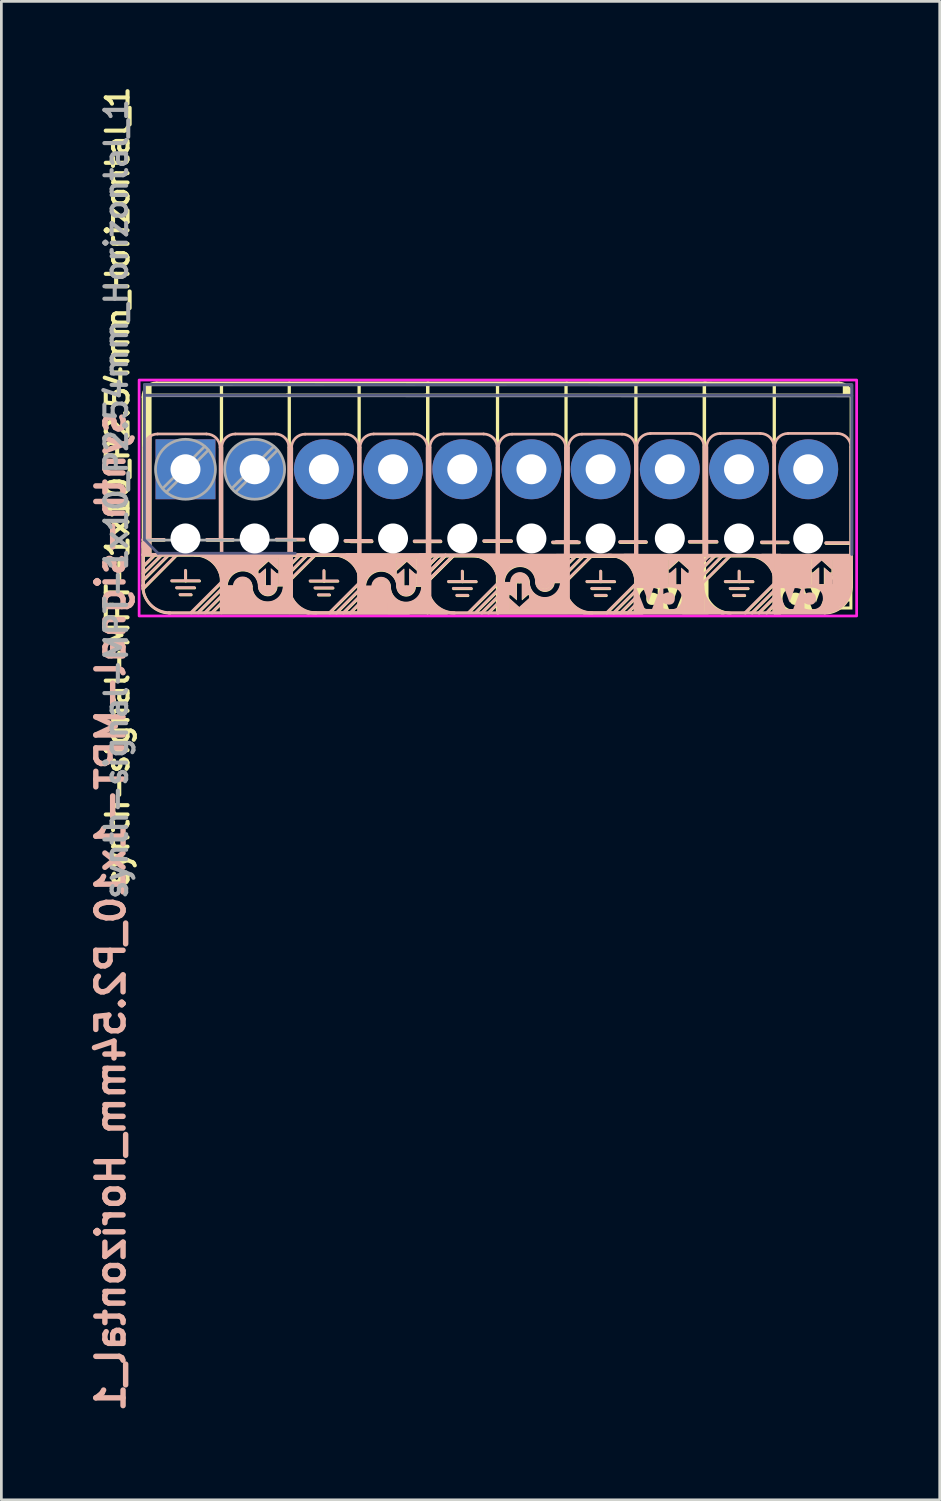
<source format=kicad_pcb>
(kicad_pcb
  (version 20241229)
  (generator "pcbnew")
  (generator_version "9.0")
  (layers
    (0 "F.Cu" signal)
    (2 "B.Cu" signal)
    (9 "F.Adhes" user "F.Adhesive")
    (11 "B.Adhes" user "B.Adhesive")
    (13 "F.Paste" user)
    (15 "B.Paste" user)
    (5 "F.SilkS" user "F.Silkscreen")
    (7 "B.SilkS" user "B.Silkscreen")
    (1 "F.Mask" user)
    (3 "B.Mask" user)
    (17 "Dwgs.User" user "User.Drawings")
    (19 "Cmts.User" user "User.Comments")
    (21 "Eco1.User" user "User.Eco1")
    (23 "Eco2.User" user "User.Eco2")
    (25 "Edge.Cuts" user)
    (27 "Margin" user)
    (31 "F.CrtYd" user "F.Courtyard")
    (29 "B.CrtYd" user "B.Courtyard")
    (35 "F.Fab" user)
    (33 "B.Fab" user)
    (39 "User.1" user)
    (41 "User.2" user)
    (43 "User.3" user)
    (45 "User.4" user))
  (footprint "synth-signal-MPT-1x10_P2.54mm_Horizontal_1"
    (layer "F.Cu")
    (at 3.759 14.177)
    (property "Reference" "synth-signal-MPT-1x10_P2.54mm_Horizontal_1" (at -2.489 0.635 270) (layer "F.SilkS") (effects (font (size 0.8 0.8) (thickness 0.15))))
    (property "Value" "synth-signal-MPT-1x10_P2.54mm_Horizontal_1" (at 9.906 -4.445 0) (unlocked yes) (layer "F.SilkS") (hide yes) (effects (font (size 0.8 0.8) (thickness 0.15))))
    (attr through_hole)
    (fp_line (start -1.556 4.401) (end -0.324 3.159) (stroke (width 0.1) (type default)) (layer "F.SilkS"))
    (fp_line (start -1.549 -2.65) (end -1.549 2.87) (stroke (width 0.12) (type solid)) (layer "F.SilkS"))
    (fp_line (start -1.549 2.6) (end -0.779 2.6) (stroke (width 0.12) (type solid)) (layer "F.SilkS"))
    (fp_line (start -1.549 2.705) (end -1.549 4.274) (stroke (width 0.12) (type solid)) (layer "F.SilkS"))
    (fp_line (start -1.549 3.15) (end 1.33 3.151) (stroke (width 0.12) (type solid)) (layer "F.SilkS"))
    (fp_line (start -1.549 3.835) (end -0.882 3.168) (stroke (width 0.1) (type default)) (layer "F.SilkS"))
    (fp_line (start -1.549 4.089) (end -0.603 3.143) (stroke (width 0.1) (type default)) (layer "F.SilkS"))
    (fp_line (start -1.524 -2.718) (end 3.81 -2.718) (stroke (width 0.12) (type solid)) (layer "F.SilkS"))
    (fp_line (start -1.524 3.556) (end -1.119 3.151) (stroke (width 0.1) (type default)) (layer "F.SilkS"))
    (fp_line (start -1.06 -3.165) (end 3.81 -3.165) (stroke (width 0.12) (type solid)) (layer "F.SilkS"))
    (fp_line (start -0.499 4.106) (end 0.517 4.106) (stroke (width 0.1) (type default)) (layer "F.SilkS"))
    (fp_line (start -0.321 4.36) (end 0.339 4.36) (stroke (width 0.1) (type default)) (layer "F.SilkS"))
    (fp_line (start -0.194 4.614) (end 0.212 4.614) (stroke (width 0.1) (type default)) (layer "F.SilkS"))
    (fp_line (start 0.009 3.725) (end 0.009 4.106) (stroke (width 0.1) (type default)) (layer "F.SilkS"))
    (fp_line (start 0.212 5.274) (end 1.33 4.157) (stroke (width 0.1) (type default)) (layer "F.SilkS"))
    (fp_line (start 0.466 5.274) (end 1.33 4.411) (stroke (width 0.1) (type default)) (layer "F.SilkS"))
    (fp_line (start 0.72 5.274) (end 1.33 4.665) (stroke (width 0.1) (type default)) (layer "F.SilkS"))
    (fp_line (start 0.79 2.6) (end 1.75 2.6) (stroke (width 0.12) (type solid)) (layer "F.SilkS"))
    (fp_line (start 0.85 3.151) (end 3.81 3.15) (stroke (width 0.12) (type solid)) (layer "F.SilkS"))
    (fp_line (start 0.974 5.274) (end 1.33 4.919) (stroke (width 0.1) (type default)) (layer "F.SilkS"))
    (fp_line (start 1.321 -3.129) (end 1.321 5.263) (stroke (width 0.12) (type solid)) (layer "F.SilkS"))
    (fp_line (start 3.345 2.591) (end 4.343 2.591) (stroke (width 0.12) (type solid)) (layer "F.SilkS"))
    (fp_line (start 3.531 3.157) (end 6.41 3.158) (stroke (width 0.12) (type solid)) (layer "F.SilkS"))
    (fp_line (start 3.617 3.495) (end 3.962 3.15) (stroke (width 0.1) (type default)) (layer "F.SilkS"))
    (fp_line (start 3.644 3.722) (end 4.2 3.166) (stroke (width 0.1) (type default)) (layer "F.SilkS"))
    (fp_line (start 3.723 -2.718) (end 8.89 -2.718) (stroke (width 0.12) (type solid)) (layer "F.SilkS"))
    (fp_line (start 3.759 3.881) (end 4.477 3.15) (stroke (width 0.1) (type default)) (layer "F.SilkS"))
    (fp_line (start 3.772 4.147) (end 4.756 3.166) (stroke (width 0.1) (type default)) (layer "F.SilkS"))
    (fp_line (start 3.81 -3.165) (end 8.915 -3.165) (stroke (width 0.12) (type solid)) (layer "F.SilkS"))
    (fp_line (start 3.81 -3.135) (end 3.81 5.258) (stroke (width 0.12) (type solid)) (layer "F.SilkS"))
    (fp_line (start 4.517 5.283) (end -0.61 5.283) (stroke (width 0.1) (type default)) (layer "F.SilkS"))
    (fp_line (start 4.581 4.113) (end 5.597 4.113) (stroke (width 0.1) (type default)) (layer "F.SilkS"))
    (fp_line (start 4.759 4.367) (end 5.419 4.367) (stroke (width 0.1) (type default)) (layer "F.SilkS"))
    (fp_line (start 4.886 4.621) (end 5.292 4.621) (stroke (width 0.1) (type default)) (layer "F.SilkS"))
    (fp_line (start 5.089 3.732) (end 5.089 4.113) (stroke (width 0.1) (type default)) (layer "F.SilkS"))
    (fp_line (start 5.292 5.282) (end 6.41 4.164) (stroke (width 0.1) (type default)) (layer "F.SilkS"))
    (fp_line (start 5.546 5.282) (end 6.41 4.418) (stroke (width 0.1) (type default)) (layer "F.SilkS"))
    (fp_line (start 5.8 5.282) (end 6.41 4.672) (stroke (width 0.1) (type default)) (layer "F.SilkS"))
    (fp_line (start 5.87 2.638) (end 6.83 2.638) (stroke (width 0.12) (type solid)) (layer "F.SilkS"))
    (fp_line (start 5.93 3.162) (end 8.89 3.16) (stroke (width 0.12) (type solid)) (layer "F.SilkS"))
    (fp_line (start 5.93 3.171) (end 8.89 3.17) (stroke (width 0.12) (type solid)) (layer "F.SilkS"))
    (fp_line (start 6.054 5.282) (end 6.41 4.926) (stroke (width 0.1) (type default)) (layer "F.SilkS"))
    (fp_line (start 6.071 2.654) (end 6.841 2.654) (stroke (width 0.12) (type solid)) (layer "F.SilkS"))
    (fp_line (start 6.375 -3.155) (end 6.375 5.238) (stroke (width 0.12) (type solid)) (layer "F.SilkS"))
    (fp_line (start 8.204 5.282) (end 4.517 5.282) (stroke (width 0.1) (type default)) (layer "F.SilkS"))
    (fp_line (start 8.41 2.654) (end 9.37 2.654) (stroke (width 0.12) (type solid)) (layer "F.SilkS"))
    (fp_line (start 8.611 3.167) (end 11.49 3.169) (stroke (width 0.12) (type solid)) (layer "F.SilkS"))
    (fp_line (start 8.611 3.177) (end 11.49 3.179) (stroke (width 0.12) (type solid)) (layer "F.SilkS"))
    (fp_line (start 8.697 3.505) (end 9.042 3.16) (stroke (width 0.1) (type default)) (layer "F.SilkS"))
    (fp_line (start 8.697 3.515) (end 9.042 3.17) (stroke (width 0.1) (type default)) (layer "F.SilkS"))
    (fp_line (start 8.724 3.732) (end 9.28 3.177) (stroke (width 0.1) (type default)) (layer "F.SilkS"))
    (fp_line (start 8.724 3.742) (end 9.28 3.186) (stroke (width 0.1) (type default)) (layer "F.SilkS"))
    (fp_line (start 8.814 -2.718) (end 13.981 -2.718) (stroke (width 0.12) (type solid)) (layer "F.SilkS"))
    (fp_line (start 8.839 3.891) (end 9.557 3.161) (stroke (width 0.1) (type default)) (layer "F.SilkS"))
    (fp_line (start 8.839 3.901) (end 9.557 3.17) (stroke (width 0.1) (type default)) (layer "F.SilkS"))
    (fp_line (start 8.852 4.158) (end 9.836 3.176) (stroke (width 0.1) (type default)) (layer "F.SilkS"))
    (fp_line (start 8.852 4.167) (end 9.836 3.186) (stroke (width 0.1) (type default)) (layer "F.SilkS"))
    (fp_line (start 8.89 -3.165) (end 13.995 -3.165) (stroke (width 0.12) (type solid)) (layer "F.SilkS"))
    (fp_line (start 8.89 -3.124) (end 8.89 5.268) (stroke (width 0.12) (type solid)) (layer "F.SilkS"))
    (fp_line (start 8.89 -3.114) (end 8.89 5.268) (stroke (width 0.12) (type solid)) (layer "F.SilkS"))
    (fp_line (start 9.597 5.283) (end 4.47 5.283) (stroke (width 0.1) (type default)) (layer "F.SilkS"))
    (fp_line (start 9.661 4.133) (end 10.677 4.133) (stroke (width 0.1) (type default)) (layer "F.SilkS"))
    (fp_line (start 9.839 4.387) (end 10.499 4.387) (stroke (width 0.1) (type default)) (layer "F.SilkS"))
    (fp_line (start 9.966 4.641) (end 10.372 4.641) (stroke (width 0.1) (type default)) (layer "F.SilkS"))
    (fp_line (start 10.169 3.752) (end 10.169 4.133) (stroke (width 0.1) (type default)) (layer "F.SilkS"))
    (fp_line (start 10.406 5.268) (end 11.49 4.184) (stroke (width 0.1) (type default)) (layer "F.SilkS"))
    (fp_line (start 10.668 5.258) (end 11.49 4.438) (stroke (width 0.1) (type default)) (layer "F.SilkS"))
    (fp_line (start 10.748 3.202) (end 15.875 3.202) (stroke (width 0.1) (type default)) (layer "F.SilkS"))
    (fp_line (start 10.88 5.283) (end 11.49 4.674) (stroke (width 0.1) (type default)) (layer "F.SilkS"))
    (fp_line (start 10.965 2.645) (end 11.963 2.645) (stroke (width 0.12) (type solid)) (layer "F.SilkS"))
    (fp_line (start 11.125 5.283) (end 11.481 4.928) (stroke (width 0.1) (type default)) (layer "F.SilkS"))
    (fp_line (start 11.455 -3.135) (end 11.455 5.258) (stroke (width 0.12) (type solid)) (layer "F.SilkS"))
    (fp_line (start 11.481 5.285) (end 8.992 5.283) (stroke (width 0.1) (type solid)) (layer "F.SilkS"))
    (fp_line (start 12.141 3.204) (end 15.828 3.204) (stroke (width 0.1) (type default)) (layer "F.SilkS"))
    (fp_line (start 13.49 2.692) (end 14.45 2.692) (stroke (width 0.12) (type solid)) (layer "F.SilkS"))
    (fp_line (start 13.614 2.68) (end 14.384 2.68) (stroke (width 0.12) (type solid)) (layer "F.SilkS"))
    (fp_line (start 13.794 3.732) (end 14.349 3.177) (stroke (width 0.1) (type default)) (layer "F.SilkS"))
    (fp_line (start 13.919 3.901) (end 14.637 3.17) (stroke (width 0.1) (type default)) (layer "F.SilkS"))
    (fp_line (start 13.932 4.167) (end 14.916 3.186) (stroke (width 0.1) (type default)) (layer "F.SilkS"))
    (fp_line (start 13.945 -2.718) (end 19.111 -2.718) (stroke (width 0.12) (type solid)) (layer "F.SilkS"))
    (fp_line (start 13.97 -3.104) (end 13.97 5.232) (stroke (width 0.12) (type solid)) (layer "F.SilkS"))
    (fp_line (start 13.995 -3.165) (end 19.101 -3.165) (stroke (width 0.12) (type solid)) (layer "F.SilkS"))
    (fp_line (start 14.741 4.133) (end 15.757 4.133) (stroke (width 0.1) (type default)) (layer "F.SilkS"))
    (fp_line (start 14.919 4.387) (end 15.579 4.387) (stroke (width 0.1) (type default)) (layer "F.SilkS"))
    (fp_line (start 15.046 4.641) (end 15.452 4.641) (stroke (width 0.1) (type default)) (layer "F.SilkS"))
    (fp_line (start 15.249 3.752) (end 15.249 4.133) (stroke (width 0.1) (type default)) (layer "F.SilkS"))
    (fp_line (start 15.469 5.283) (end 16.535 4.218) (stroke (width 0.1) (type default)) (layer "F.SilkS"))
    (fp_line (start 15.723 5.283) (end 16.535 4.47) (stroke (width 0.1) (type default)) (layer "F.SilkS"))
    (fp_line (start 15.954 2.68) (end 16.914 2.68) (stroke (width 0.12) (type solid)) (layer "F.SilkS"))
    (fp_line (start 15.977 5.283) (end 16.535 4.724) (stroke (width 0.1) (type default)) (layer "F.SilkS"))
    (fp_line (start 16.115 3.182) (end 19.075 3.18) (stroke (width 0.12) (type solid)) (layer "F.SilkS"))
    (fp_line (start 16.231 5.283) (end 16.535 4.98) (stroke (width 0.1) (type default)) (layer "F.SilkS"))
    (fp_line (start 16.535 -3.135) (end 16.535 5.258) (stroke (width 0.12) (type solid)) (layer "F.SilkS"))
    (fp_line (start 16.561 3.173) (end 11.474 3.176) (stroke (width 0.12) (type solid)) (layer "F.SilkS"))
    (fp_line (start 16.772 5.284) (end 11.455 5.285) (stroke (width 0.1) (type solid)) (layer "F.SilkS"))
    (fp_line (start 18.509 2.671) (end 19.507 2.671) (stroke (width 0.12) (type solid)) (layer "F.SilkS"))
    (fp_line (start 18.974 3.18) (end 21.853 3.182) (stroke (width 0.12) (type solid)) (layer "F.SilkS"))
    (fp_line (start 18.999 -2.718) (end 24.13 -2.718) (stroke (width 0.12) (type solid)) (layer "F.SilkS"))
    (fp_line (start 19.05 -3.165) (end 23.978 -3.16) (stroke (width 0.12) (type solid)) (layer "F.SilkS"))
    (fp_line (start 19.05 -3.114) (end 19.05 5.207) (stroke (width 0.12) (type solid)) (layer "F.SilkS"))
    (fp_line (start 19.05 -3.104) (end 19.05 5.207) (stroke (width 0.12) (type solid)) (layer "F.SilkS"))
    (fp_line (start 19.05 3.322) (end 19.202 3.17) (stroke (width 0.1) (type default)) (layer "F.SilkS"))
    (fp_line (start 19.05 3.576) (end 19.44 3.186) (stroke (width 0.1) (type default)) (layer "F.SilkS"))
    (fp_line (start 19.05 3.86) (end 19.717 3.181) (stroke (width 0.1) (type default)) (layer "F.SilkS"))
    (fp_line (start 19.05 4.129) (end 19.996 3.186) (stroke (width 0.1) (type default)) (layer "F.SilkS"))
    (fp_line (start 19.757 5.283) (end 14.63 5.283) (stroke (width 0.1) (type default)) (layer "F.SilkS"))
    (fp_line (start 19.821 4.133) (end 20.837 4.133) (stroke (width 0.1) (type default)) (layer "F.SilkS"))
    (fp_line (start 19.999 4.387) (end 20.659 4.387) (stroke (width 0.1) (type default)) (layer "F.SilkS"))
    (fp_line (start 20.126 4.641) (end 20.532 4.641) (stroke (width 0.1) (type default)) (layer "F.SilkS"))
    (fp_line (start 20.329 3.752) (end 20.329 4.133) (stroke (width 0.1) (type default)) (layer "F.SilkS"))
    (fp_line (start 20.549 5.283) (end 21.65 4.184) (stroke (width 0.1) (type default)) (layer "F.SilkS"))
    (fp_line (start 20.803 5.283) (end 21.65 4.438) (stroke (width 0.1) (type default)) (layer "F.SilkS"))
    (fp_line (start 21.057 5.283) (end 21.65 4.692) (stroke (width 0.1) (type default)) (layer "F.SilkS"))
    (fp_line (start 21.158 2.692) (end 22.118 2.692) (stroke (width 0.12) (type solid)) (layer "F.SilkS"))
    (fp_line (start 21.17 3.182) (end 24.435 3.18) (stroke (width 0.12) (type solid)) (layer "F.SilkS"))
    (fp_line (start 21.336 5.283) (end 21.65 4.946) (stroke (width 0.1) (type default)) (layer "F.SilkS"))
    (fp_line (start 21.615 -3.135) (end 21.615 5.258) (stroke (width 0.12) (type solid)) (layer "F.SilkS"))
    (fp_line (start 23.47 5.283) (end 19.685 5.283) (stroke (width 0.1) (type solid)) (layer "F.SilkS"))
    (fp_line (start 23.52 2.718) (end 24.359 2.718) (stroke (width 0.12) (type solid)) (layer "F.SilkS"))
    (fp_line (start 24.441 -2.685) (end 24.441 2.879) (stroke (width 0.12) (type solid)) (layer "F.SilkS"))
    (fp_line (start 24.441 2.879) (end 24.441 4.302) (stroke (width 0.12) (type solid)) (layer "F.SilkS"))
    (fp_rect (start -1.549 -2.731) (end -1.245 3.137) (stroke (width 0.001) (type solid)) (fill yes) (layer "F.SilkS"))
    (fp_rect (start 1.283 3.182) (end 1.537 5.302) (stroke (width 0.001) (type solid)) (fill yes) (layer "F.SilkS"))
    (fp_rect (start 1.295 4.274) (end 2.413 5.302) (stroke (width 0.001) (type solid)) (fill yes) (layer "F.SilkS"))
    (fp_rect (start 1.299 3.182) (end 2.676 3.724) (stroke (width 0.001) (type solid)) (fill yes) (layer "F.SilkS"))
    (fp_rect (start 1.393 5.173) (end 3.311 5.224) (stroke (width 0.1) (type solid)) (fill yes) (layer "F.SilkS"))
    (fp_rect (start 2.214 3.683) (end 2.671 3.734) (stroke (width 0.001) (type solid)) (fill yes) (layer "F.SilkS"))
    (fp_rect (start 2.349 4.883) (end 3.835 5.309) (stroke (width 0.001) (type solid)) (fill yes) (layer "F.SilkS"))
    (fp_rect (start 2.629 3.15) (end 3.632 3.277) (stroke (width 0.001) (type solid)) (fill yes) (layer "F.SilkS"))
    (fp_rect (start 2.773 4.293) (end 3.242 4.47) (stroke (width 0.001) (type solid)) (fill yes) (layer "F.SilkS"))
    (fp_rect (start 3.217 4.229) (end 3.687 4.305) (stroke (width 0.001) (type solid)) (fill yes) (layer "F.SilkS"))
    (fp_rect (start 3.42 3.2) (end 3.789 4.279) (stroke (width 0.001) (type solid)) (fill yes) (layer "F.SilkS"))
    (fp_rect (start 6.363 3.192) (end 6.617 5.312) (stroke (width 0.001) (type solid)) (fill yes) (layer "F.SilkS"))
    (fp_rect (start 6.375 4.284) (end 7.493 5.312) (stroke (width 0.001) (type solid)) (fill yes) (layer "F.SilkS"))
    (fp_rect (start 6.379 3.192) (end 7.756 3.734) (stroke (width 0.001) (type solid)) (fill yes) (layer "F.SilkS"))
    (fp_rect (start 6.473 5.183) (end 8.391 5.234) (stroke (width 0.1) (type solid)) (fill yes) (layer "F.SilkS"))
    (fp_rect (start 7.294 3.693) (end 7.751 3.744) (stroke (width 0.001) (type solid)) (fill yes) (layer "F.SilkS"))
    (fp_rect (start 7.429 4.894) (end 8.915 5.319) (stroke (width 0.001) (type solid)) (fill yes) (layer "F.SilkS"))
    (fp_rect (start 7.709 3.16) (end 8.712 3.287) (stroke (width 0.001) (type solid)) (fill yes) (layer "F.SilkS"))
    (fp_rect (start 7.853 4.303) (end 8.322 4.481) (stroke (width 0.001) (type solid)) (fill yes) (layer "F.SilkS"))
    (fp_rect (start 8.297 4.239) (end 8.767 4.316) (stroke (width 0.001) (type solid)) (fill yes) (layer "F.SilkS"))
    (fp_rect (start 8.5 3.211) (end 8.869 4.29) (stroke (width 0.001) (type solid)) (fill yes) (layer "F.SilkS"))
    (fp_rect (start 11.472 3.15) (end 12.958 3.575) (stroke (width 0.001) (type solid)) (fill yes) (layer "F.SilkS"))
    (fp_rect (start 11.494 4.179) (end 11.888 5.258) (stroke (width 0.001) (type solid)) (fill yes) (layer "F.SilkS"))
    (fp_rect (start 11.621 4.153) (end 12.091 4.229) (stroke (width 0.001) (type solid)) (fill yes) (layer "F.SilkS"))
    (fp_rect (start 11.676 5.182) (end 12.679 5.309) (stroke (width 0.001) (type solid)) (fill yes) (layer "F.SilkS"))
    (fp_rect (start 11.997 3.235) (end 13.915 3.285) (stroke (width 0.1) (type solid)) (fill yes) (layer "F.SilkS"))
    (fp_rect (start 12.065 3.988) (end 12.535 4.166) (stroke (width 0.001) (type solid)) (fill yes) (layer "F.SilkS"))
    (fp_rect (start 12.631 4.735) (end 14.008 5.277) (stroke (width 0.001) (type solid)) (fill yes) (layer "F.SilkS"))
    (fp_rect (start 12.637 4.724) (end 13.094 4.775) (stroke (width 0.001) (type solid)) (fill yes) (layer "F.SilkS"))
    (fp_rect (start 12.895 3.156) (end 14.012 4.184) (stroke (width 0.001) (type solid)) (fill yes) (layer "F.SilkS"))
    (fp_rect (start 13.78 3.173) (end 13.983 5.293) (stroke (width 0.001) (type solid)) (fill yes) (layer "F.SilkS"))
    (fp_rect (start 16.51 3.144) (end 17.729 4.272) (stroke (width 0.001) (type solid)) (fill yes) (layer "F.SilkS"))
    (fp_rect (start 17.691 3.164) (end 19.037 3.327) (stroke (width 0.001) (type solid)) (fill yes) (layer "F.SilkS"))
    (fp_rect (start 21.603 3.212) (end 21.857 5.333) (stroke (width 0.001) (type solid)) (fill yes) (layer "F.SilkS"))
    (fp_rect (start 21.742 3.136) (end 22.987 4.265) (stroke (width 0.001) (type solid)) (fill yes) (layer "F.SilkS"))
    (fp_rect (start 22.898 3.157) (end 24.422 3.32) (stroke (width 0.001) (type solid)) (fill yes) (layer "F.SilkS"))
    (fp_rect (start 23.746 3.318) (end 24.413 3.895) (stroke (width 0.001) (type solid)) (fill yes) (layer "F.SilkS"))
    (fp_arc (start -1.5494 -2.6498) (mid -1.415314 -3.012489) (end -1.06 -3.165048) (stroke (width 0.12) (type default)) (layer "F.SilkS"))
    (fp_arc (start -0.562893 5.2832) (mid -1.27 4.990307) (end -1.562893 4.283201) (stroke (width 0.1) (type default)) (layer "F.SilkS"))
    (fp_arc (start 0.3302 3.1496) (mid 1.037307 3.442493) (end 1.3302 4.1496) (stroke (width 0.1) (type default)) (layer "F.SilkS"))
    (fp_arc (start 1.380316 4.275166) (mid 1.578628 3.796394) (end 2.057399 3.598083) (stroke (width 0.2) (type default)) (layer "F.SilkS"))
    (fp_arc (start 1.4986 4.309283) (mid 2.1082 3.699683) (end 2.7178 4.309283) (stroke (width 0.1) (type default)) (layer "F.SilkS"))
    (fp_arc (start 1.8034 4.309283) (mid 2.1082 4.004483) (end 2.413 4.309283) (stroke (width 0.1) (type default)) (layer "F.SilkS"))
    (fp_arc (start 1.905 4.309283) (mid 2.1082 4.106083) (end 2.3114 4.309283) (stroke (width 0.12) (type default)) (layer "F.SilkS"))
    (fp_arc (start 2.0066 4.309283) (mid 2.1082 4.207683) (end 2.2098 4.309283) (stroke (width 0.12) (type default)) (layer "F.SilkS"))
    (fp_arc (start 2.0574 4.360083) (mid 2.1082 4.309283) (end 2.159 4.360083) (stroke (width 0.12) (type default)) (layer "F.SilkS"))
    (fp_arc (start 2.9718 5.020483) (mid 2.493024 4.822171) (end 2.294717 4.343399) (stroke (width 0.25) (type default)) (layer "F.SilkS"))
    (fp_arc (start 3.2258 4.309283) (mid 3.0226 4.512483) (end 2.8194 4.309283) (stroke (width 0.12) (type default)) (layer "F.SilkS"))
    (fp_arc (start 3.3274 4.309283) (mid 3.0226 4.614083) (end 2.7178 4.309283) (stroke (width 0.1) (type default)) (layer "F.SilkS"))
    (fp_arc (start 3.6322 4.309283) (mid 3.0226 4.918883) (end 2.413 4.309283) (stroke (width 0.1) (type default)) (layer "F.SilkS"))
    (fp_arc (start 4.8006 5.2832) (mid 4.093493 4.990307) (end 3.8006 4.2832) (stroke (width 0.1) (type default)) (layer "F.SilkS"))
    (fp_arc (start 5.4102 3.1496) (mid 6.117307 3.442493) (end 6.4102 4.1496) (stroke (width 0.1) (type default)) (layer "F.SilkS"))
    (fp_arc (start 6.460316 4.285566) (mid 6.658628 3.806794) (end 7.137399 3.608483) (stroke (width 0.2) (type default)) (layer "F.SilkS"))
    (fp_arc (start 6.5786 4.319683) (mid 7.1882 3.710083) (end 7.7978 4.319683) (stroke (width 0.1) (type default)) (layer "F.SilkS"))
    (fp_arc (start 6.8834 4.319683) (mid 7.1882 4.014883) (end 7.493 4.319683) (stroke (width 0.1) (type default)) (layer "F.SilkS"))
    (fp_arc (start 6.985 4.319683) (mid 7.1882 4.116483) (end 7.3914 4.319683) (stroke (width 0.12) (type default)) (layer "F.SilkS"))
    (fp_arc (start 7.0866 4.319683) (mid 7.1882 4.218083) (end 7.2898 4.319683) (stroke (width 0.12) (type default)) (layer "F.SilkS"))
    (fp_arc (start 7.1374 4.370483) (mid 7.1882 4.319683) (end 7.239 4.370483) (stroke (width 0.12) (type default)) (layer "F.SilkS"))
    (fp_arc (start 8.0518 5.030883) (mid 7.573024 4.832571) (end 7.374717 4.353799) (stroke (width 0.25) (type default)) (layer "F.SilkS"))
    (fp_arc (start 8.3058 4.319683) (mid 8.1026 4.522883) (end 7.8994 4.319683) (stroke (width 0.12) (type default)) (layer "F.SilkS"))
    (fp_arc (start 8.4074 4.319683) (mid 8.1026 4.624483) (end 7.7978 4.319683) (stroke (width 0.1) (type default)) (layer "F.SilkS"))
    (fp_arc (start 8.7122 4.319683) (mid 8.1026 4.929283) (end 7.493 4.319683) (stroke (width 0.1) (type default)) (layer "F.SilkS"))
    (fp_arc (start 9.8806 5.2832) (mid 9.180847 4.993353) (end 8.891 4.2936) (stroke (width 0.1) (type default)) (layer "F.SilkS"))
    (fp_arc (start 10.4902 3.1698) (mid 11.197307 3.462693) (end 11.4902 4.1698) (stroke (width 0.1) (type default)) (layer "F.SilkS"))
    (fp_arc (start 11.675658 4.148917) (mid 12.285258 3.539317) (end 12.894858 4.148917) (stroke (width 0.1) (type default)) (layer "F.SilkS"))
    (fp_arc (start 11.980458 4.148917) (mid 12.285258 3.844117) (end 12.590058 4.148917) (stroke (width 0.1) (type default)) (layer "F.SilkS"))
    (fp_arc (start 12.082058 4.148917) (mid 12.285258 3.945717) (end 12.488458 4.148917) (stroke (width 0.12) (type default)) (layer "F.SilkS"))
    (fp_arc (start 12.336058 3.437717) (mid 12.814834 3.636029) (end 13.013141 4.114801) (stroke (width 0.25) (type default)) (layer "F.SilkS"))
    (fp_arc (start 13.250458 4.098117) (mid 13.199658 4.148917) (end 13.148858 4.098117) (stroke (width 0.12) (type default)) (layer "F.SilkS"))
    (fp_arc (start 13.301258 4.148917) (mid 13.199658 4.250517) (end 13.098058 4.148917) (stroke (width 0.12) (type default)) (layer "F.SilkS"))
    (fp_arc (start 13.402858 4.148917) (mid 13.199658 4.352117) (end 12.996458 4.148917) (stroke (width 0.12) (type default)) (layer "F.SilkS"))
    (fp_arc (start 13.504458 4.148917) (mid 13.199658 4.453717) (end 12.894858 4.148917) (stroke (width 0.1) (type default)) (layer "F.SilkS"))
    (fp_arc (start 13.809258 4.148917) (mid 13.199658 4.758517) (end 12.590058 4.148917) (stroke (width 0.1) (type default)) (layer "F.SilkS"))
    (fp_arc (start 13.927542 4.183034) (mid 13.72923 4.661806) (end 13.250459 4.860117) (stroke (width 0.2) (type default)) (layer "F.SilkS"))
    (fp_arc (start 14.9352 5.2832) (mid 14.228093 4.990307) (end 13.9352 4.2832) (stroke (width 0.1) (type default)) (layer "F.SilkS"))
    (fp_arc (start 15.5354 3.1656) (mid 16.242507 3.458493) (end 16.5354 4.1656) (stroke (width 0.1) (type default)) (layer "F.SilkS"))
    (fp_arc (start 20.0152 5.2832) (mid 19.338621 4.987417) (end 19.060471 4.3034) (stroke (width 0.1) (type default)) (layer "F.SilkS"))
    (fp_arc (start 20.6502 3.175) (mid 21.357307 3.467893) (end 21.6502 4.175) (stroke (width 0.1) (type default)) (layer "F.SilkS"))
    (fp_arc (start 23.9776 -3.159967) (mid 24.306217 -3.017174) (end 24.441432 -2.685367) (stroke (width 0.12) (type default)) (layer "F.SilkS"))
    (fp_arc (start 24.446322 4.2978) (mid 24.160769 4.991522) (end 23.4696 5.2832) (stroke (width 0.1) (type solid)) (layer "F.SilkS"))
    (fp_poly (pts (xy 2.667 3.683) (xy 2.667 3.962) (xy 2.623 3.962) (xy 2.344 3.683)) (stroke (width 0.01) (type solid)) (fill yes) (layer "F.SilkS"))
    (fp_poly (pts (xy 7.747 3.693) (xy 7.747 3.973) (xy 7.703 3.973) (xy 7.424 3.693)) (stroke (width 0.01) (type solid)) (fill yes) (layer "F.SilkS"))
    (fp_poly (pts (xy 12.641 4.775) (xy 12.641 4.496) (xy 12.684 4.496) (xy 12.964 4.775)) (stroke (width 0.01) (type solid)) (fill yes) (layer "F.SilkS"))
    (fp_poly (pts (xy 23.52 5.08) (xy 23.52 5.283) (xy 23.673 5.283) (xy 23.749 5.207) (xy 23.876 5.207) (xy 23.927 5.156) (xy 23.927 5.08)) (stroke (width 0.001) (type solid)) (fill yes) (layer "F.SilkS"))
    (fp_poly (pts (xy -1.245 -2.667) (xy -1.245 -3.099) (xy -1.346 -3.099) (xy -1.421 -3.024) (xy -1.421 -2.948) (xy -1.549 -2.819) (xy -1.549 -2.667) (xy -1.245 -2.667)) (stroke (width 0.001) (type solid)) (fill yes) (layer "F.SilkS"))
    (fp_poly (pts (xy 24.13 -2.667) (xy 24.13 -3.099) (xy 24.232 -3.099) (xy 24.306 -3.024) (xy 24.306 -2.948) (xy 24.435 -2.819) (xy 24.435 -2.667) (xy 24.13 -2.667)) (stroke (width 0.001) (type solid)) (fill yes) (layer "F.SilkS"))
    (fp_poly (pts (xy 23.927 3.835) (xy 24.435 3.835) (xy 24.441 3.842) (xy 24.441 4.565) (xy 24.359 4.648) (xy 24.359 4.763) (xy 24.016 5.105) (xy 23.978 5.105) (xy 23.927 5.055)) (stroke (width 0.001) (type solid)) (fill yes) (layer "F.SilkS"))
    (fp_poly (pts (xy 2.676 4.293) (xy 2.667 3.277) (xy 3.057 3.277) (xy 3.057 3.378) (xy 2.676 3.721) (xy 2.676 3.835) (xy 2.738 3.835) (xy 2.956 3.645) (xy 2.956 4.267) (xy 3.057 4.267) (xy 3.057 4.293)) (stroke (width 0.001) (type solid)) (fill yes) (layer "F.SilkS"))
    (fp_poly (pts (xy 3.42 4.293) (xy 3.42 3.277) (xy 3.039 3.277) (xy 3.039 3.378) (xy 3.42 3.721) (xy 3.42 3.835) (xy 3.359 3.835) (xy 3.141 3.645) (xy 3.141 4.267) (xy 3.039 4.267) (xy 3.039 4.293)) (stroke (width 0.001) (type solid)) (fill yes) (layer "F.SilkS"))
    (fp_poly (pts (xy 7.756 4.303) (xy 7.747 3.287) (xy 8.137 3.287) (xy 8.137 3.389) (xy 7.756 3.732) (xy 7.756 3.846) (xy 7.818 3.846) (xy 8.036 3.655) (xy 8.036 4.278) (xy 8.137 4.278) (xy 8.137 4.303)) (stroke (width 0.001) (type solid)) (fill yes) (layer "F.SilkS"))
    (fp_poly (pts (xy 8.5 4.303) (xy 8.5 3.287) (xy 8.119 3.287) (xy 8.119 3.389) (xy 8.5 3.732) (xy 8.5 3.846) (xy 8.439 3.846) (xy 8.221 3.655) (xy 8.221 4.278) (xy 8.119 4.278) (xy 8.119 4.303)) (stroke (width 0.001) (type solid)) (fill yes) (layer "F.SilkS"))
    (fp_poly (pts (xy 11.888 4.166) (xy 11.888 5.182) (xy 12.269 5.182) (xy 12.269 5.08) (xy 11.888 4.737) (xy 11.888 4.623) (xy 11.949 4.623) (xy 12.167 4.813) (xy 12.167 4.191) (xy 12.269 4.191) (xy 12.269 4.166)) (stroke (width 0.001) (type solid)) (fill yes) (layer "F.SilkS"))
    (fp_poly (pts (xy 17.729 4.272) (xy 17.729 3.256) (xy 18.12 3.256) (xy 18.12 3.358) (xy 17.739 3.701) (xy 17.739 3.815) (xy 17.8 3.815) (xy 18.018 3.625) (xy 18.018 4.247) (xy 18.12 4.247) (xy 18.12 4.272)) (stroke (width 0.001) (type solid)) (fill yes) (layer "F.SilkS"))
    (fp_poly (pts (xy 22.959 4.27) (xy 22.959 3.228) (xy 23.349 3.228) (xy 23.349 3.33) (xy 22.968 3.673) (xy 22.968 3.787) (xy 23.03 3.787) (xy 23.248 3.597) (xy 23.248 4.219) (xy 23.349 4.219) (xy 23.349 4.27)) (stroke (width 0.001) (type solid)) (fill yes) (layer "F.SilkS"))
    (fp_poly (pts (xy 1.321 3.734) (xy 1.245 3.734) (xy 1.194 3.683) (xy 1.194 3.632) (xy 1.118 3.556) (xy 1.118 3.523) (xy 0.871 3.277) (xy 0.762 3.277) (xy 0.686 3.2) (xy 0.737 3.15) (xy 1.295 3.15) (xy 1.321 3.175)) (stroke (width 0.001) (type solid)) (fill yes) (layer "F.SilkS"))
    (fp_poly (pts (xy 3.658 4.242) (xy 3.658 4.445) (xy 3.556 4.547) (xy 3.556 4.674) (xy 3.378 4.851) (xy 3.302 4.851) (xy 3.277 4.877) (xy 3.277 4.928) (xy 3.302 4.953) (xy 3.785 4.953) (xy 3.81 4.928) (xy 3.81 4.242)) (stroke (width 0.001) (type solid)) (fill yes) (layer "F.SilkS"))
    (fp_poly (pts (xy 3.81 4.699) (xy 3.886 4.699) (xy 3.937 4.75) (xy 3.937 4.801) (xy 4.013 4.877) (xy 4.013 4.91) (xy 4.259 5.156) (xy 4.369 5.156) (xy 4.445 5.232) (xy 4.394 5.283) (xy 3.835 5.283) (xy 3.81 5.258)) (stroke (width 0.001) (type solid)) (fill yes) (layer "F.SilkS"))
    (fp_poly (pts (xy 6.401 3.734) (xy 6.325 3.734) (xy 6.274 3.683) (xy 6.274 3.632) (xy 6.198 3.556) (xy 6.198 3.523) (xy 5.951 3.277) (xy 5.842 3.277) (xy 5.766 3.2) (xy 5.817 3.15) (xy 6.375 3.15) (xy 6.401 3.175)) (stroke (width 0.001) (type solid)) (fill yes) (layer "F.SilkS"))
    (fp_poly (pts (xy 8.738 4.252) (xy 8.738 4.455) (xy 8.636 4.557) (xy 8.636 4.684) (xy 8.458 4.862) (xy 8.382 4.862) (xy 8.357 4.887) (xy 8.357 4.938) (xy 8.382 4.963) (xy 8.865 4.963) (xy 8.89 4.938) (xy 8.89 4.252)) (stroke (width 0.001) (type solid)) (fill yes) (layer "F.SilkS"))
    (fp_poly (pts (xy 8.89 4.719) (xy 8.966 4.719) (xy 9.017 4.77) (xy 9.017 4.821) (xy 9.093 4.897) (xy 9.093 4.93) (xy 9.339 5.176) (xy 9.449 5.176) (xy 9.525 5.253) (xy 9.474 5.303) (xy 8.915 5.303) (xy 8.89 5.278)) (stroke (width 0.001) (type solid)) (fill yes) (layer "F.SilkS"))
    (fp_poly (pts (xy 11.481 3.754) (xy 11.405 3.754) (xy 11.354 3.703) (xy 11.354 3.652) (xy 11.278 3.576) (xy 11.278 3.543) (xy 11.031 3.297) (xy 10.922 3.297) (xy 10.846 3.221) (xy 10.897 3.17) (xy 11.455 3.17) (xy 11.481 3.195)) (stroke (width 0.001) (type solid)) (fill yes) (layer "F.SilkS"))
    (fp_poly (pts (xy 11.65 4.216) (xy 11.65 4.013) (xy 11.752 3.912) (xy 11.752 3.785) (xy 11.93 3.607) (xy 12.006 3.607) (xy 12.031 3.581) (xy 12.031 3.531) (xy 12.006 3.505) (xy 11.523 3.505) (xy 11.498 3.531) (xy 11.498 4.216)) (stroke (width 0.001) (type solid)) (fill yes) (layer "F.SilkS"))
    (fp_poly (pts (xy 12.548 4.149) (xy 12.659 4.369) (xy 12.666 5.182) (xy 12.25 5.182) (xy 12.25 5.08) (xy 12.631 4.737) (xy 12.631 4.623) (xy 12.57 4.623) (xy 12.352 4.813) (xy 12.352 4.191) (xy 12.25 4.191) (xy 12.25 4.166)) (stroke (width 0.001) (type solid)) (fill yes) (layer "F.SilkS"))
    (fp_poly (pts (xy 13.97 4.719) (xy 14.046 4.719) (xy 14.097 4.77) (xy 14.097 4.821) (xy 14.173 4.897) (xy 14.173 4.93) (xy 14.419 5.176) (xy 14.529 5.176) (xy 14.605 5.253) (xy 14.554 5.303) (xy 13.995 5.303) (xy 13.97 5.278)) (stroke (width 0.001) (type solid)) (fill yes) (layer "F.SilkS"))
    (fp_poly (pts (xy 16.561 3.754) (xy 16.485 3.754) (xy 16.434 3.703) (xy 16.434 3.652) (xy 16.358 3.576) (xy 16.358 3.543) (xy 16.111 3.297) (xy 16.002 3.297) (xy 15.926 3.221) (xy 15.977 3.17) (xy 16.535 3.17) (xy 16.561 3.195)) (stroke (width 0.001) (type solid)) (fill yes) (layer "F.SilkS"))
    (fp_poly (pts (xy 19.05 4.719) (xy 19.126 4.719) (xy 19.177 4.77) (xy 19.177 4.821) (xy 19.253 4.897) (xy 19.253 4.93) (xy 19.499 5.176) (xy 19.609 5.176) (xy 19.685 5.253) (xy 19.634 5.303) (xy 19.075 5.303) (xy 19.05 5.278)) (stroke (width 0.001) (type solid)) (fill yes) (layer "F.SilkS"))
    (fp_poly (pts (xy 21.641 3.754) (xy 21.565 3.754) (xy 21.514 3.703) (xy 21.514 3.652) (xy 21.438 3.576) (xy 21.438 3.543) (xy 21.191 3.297) (xy 21.082 3.297) (xy 21.006 3.221) (xy 21.057 3.17) (xy 21.615 3.17) (xy 21.641 3.195)) (stroke (width 0.001) (type solid)) (fill yes) (layer "F.SilkS"))
    (fp_poly (pts (xy 18.263 4.267) (xy 18.364 4.039) (xy 19.05 4.039) (xy 19.05 3.256) (xy 18.101 3.256) (xy 18.101 3.358) (xy 18.482 3.701) (xy 18.482 3.815) (xy 18.421 3.815) (xy 18.203 3.625) (xy 18.203 4.247) (xy 18.101 4.247) (xy 18.101 4.272)) (stroke (width 0.001) (type solid)) (fill yes) (layer "F.SilkS"))
    (fp_poly (pts (xy 23.688 4.268) (xy 23.485 4.09) (xy 23.748 3.893) (xy 23.746 3.228) (xy 23.331 3.228) (xy 23.331 3.33) (xy 23.712 3.673) (xy 23.712 3.787) (xy 23.651 3.787) (xy 23.433 3.597) (xy 23.433 4.219) (xy 23.331 4.219) (xy 23.331 4.27)) (stroke (width 0.001) (type solid)) (fill yes) (layer "F.SilkS"))
    (fp_line (start -1.565 4.383) (end -0.333 3.141) (stroke (width 0.1) (type default)) (layer "B.SilkS"))
    (fp_line (start -1.559 2.582) (end -0.789 2.582) (stroke (width 0.12) (type solid)) (layer "B.SilkS"))
    (fp_line (start -1.559 2.687) (end -1.559 4.257) (stroke (width 0.12) (type solid)) (layer "B.SilkS"))
    (fp_line (start -1.559 3.132) (end 1.32 3.133) (stroke (width 0.12) (type solid)) (layer "B.SilkS"))
    (fp_line (start -1.559 3.817) (end -0.891 3.15) (stroke (width 0.1) (type default)) (layer "B.SilkS"))
    (fp_line (start -1.559 4.071) (end -0.613 3.125) (stroke (width 0.1) (type default)) (layer "B.SilkS"))
    (fp_line (start -1.533 3.538) (end -1.129 3.133) (stroke (width 0.1) (type default)) (layer "B.SilkS"))
    (fp_line (start -1.024 -1.295) (end 0.77 -1.295) (stroke (width 0.1) (type default)) (layer "B.SilkS"))
    (fp_line (start -0.509 4.088) (end 0.507 4.088) (stroke (width 0.1) (type default)) (layer "B.SilkS"))
    (fp_line (start -0.331 4.342) (end 0.329 4.342) (stroke (width 0.1) (type default)) (layer "B.SilkS"))
    (fp_line (start -0.204 4.596) (end 0.202 4.596) (stroke (width 0.1) (type default)) (layer "B.SilkS"))
    (fp_line (start -0.001 3.707) (end -0.001 4.088) (stroke (width 0.1) (type default)) (layer "B.SilkS"))
    (fp_line (start 0.202 5.257) (end 1.32 4.139) (stroke (width 0.1) (type default)) (layer "B.SilkS"))
    (fp_line (start 0.456 5.257) (end 1.32 4.393) (stroke (width 0.1) (type default)) (layer "B.SilkS"))
    (fp_line (start 0.71 5.257) (end 1.32 4.647) (stroke (width 0.1) (type default)) (layer "B.SilkS"))
    (fp_line (start 0.781 2.582) (end 1.741 2.582) (stroke (width 0.12) (type solid)) (layer "B.SilkS"))
    (fp_line (start 0.84 3.133) (end 3.801 3.132) (stroke (width 0.12) (type solid)) (layer "B.SilkS"))
    (fp_line (start 0.964 5.257) (end 1.32 4.901) (stroke (width 0.1) (type default)) (layer "B.SilkS"))
    (fp_line (start 1.27 -0.795) (end 1.27 2.573) (stroke (width 0.1) (type default)) (layer "B.SilkS"))
    (fp_line (start 1.329 -0.795) (end 1.329 5.206) (stroke (width 0.12) (type solid)) (layer "B.SilkS"))
    (fp_line (start 1.829 -1.295) (end 3.302 -1.295) (stroke (width 0.1) (type default)) (layer "B.SilkS"))
    (fp_line (start 3.335 2.573) (end 4.334 2.573) (stroke (width 0.12) (type solid)) (layer "B.SilkS"))
    (fp_line (start 3.521 3.139) (end 6.4 3.14) (stroke (width 0.12) (type solid)) (layer "B.SilkS"))
    (fp_line (start 3.608 3.477) (end 3.953 3.132) (stroke (width 0.1) (type default)) (layer "B.SilkS"))
    (fp_line (start 3.635 3.704) (end 4.19 3.148) (stroke (width 0.1) (type default)) (layer "B.SilkS"))
    (fp_line (start 3.75 3.863) (end 4.467 3.132) (stroke (width 0.1) (type default)) (layer "B.SilkS"))
    (fp_line (start 3.762 4.129) (end 4.747 3.148) (stroke (width 0.1) (type default)) (layer "B.SilkS"))
    (fp_line (start 3.802 -0.795) (end 3.802 5.078) (stroke (width 0.12) (type solid)) (layer "B.SilkS"))
    (fp_line (start 3.892 -0.789) (end 3.886 5.182) (stroke (width 0.12) (type solid)) (layer "B.SilkS"))
    (fp_line (start 4.392 -1.289) (end 5.865 -1.289) (stroke (width 0.1) (type default)) (layer "B.SilkS"))
    (fp_line (start 4.508 5.265) (end -0.619 5.265) (stroke (width 0.1) (type default)) (layer "B.SilkS"))
    (fp_line (start 4.571 4.095) (end 5.587 4.095) (stroke (width 0.1) (type default)) (layer "B.SilkS"))
    (fp_line (start 4.749 4.349) (end 5.409 4.349) (stroke (width 0.1) (type default)) (layer "B.SilkS"))
    (fp_line (start 4.876 4.603) (end 5.282 4.603) (stroke (width 0.1) (type default)) (layer "B.SilkS"))
    (fp_line (start 5.079 3.714) (end 5.079 4.095) (stroke (width 0.1) (type default)) (layer "B.SilkS"))
    (fp_line (start 5.282 5.264) (end 6.4 4.146) (stroke (width 0.1) (type default)) (layer "B.SilkS"))
    (fp_line (start 5.536 5.264) (end 6.4 4.4) (stroke (width 0.1) (type default)) (layer "B.SilkS"))
    (fp_line (start 5.79 5.264) (end 6.4 4.654) (stroke (width 0.1) (type default)) (layer "B.SilkS"))
    (fp_line (start 5.861 2.62) (end 6.821 2.62) (stroke (width 0.12) (type solid)) (layer "B.SilkS"))
    (fp_line (start 5.92 3.144) (end 8.881 3.142) (stroke (width 0.12) (type solid)) (layer "B.SilkS"))
    (fp_line (start 5.92 3.154) (end 8.881 3.152) (stroke (width 0.12) (type solid)) (layer "B.SilkS"))
    (fp_line (start 6.044 5.264) (end 6.4 4.908) (stroke (width 0.1) (type default)) (layer "B.SilkS"))
    (fp_line (start 6.061 2.636) (end 6.831 2.636) (stroke (width 0.12) (type solid)) (layer "B.SilkS"))
    (fp_line (start 6.365 -0.789) (end 6.365 5.207) (stroke (width 0.12) (type solid)) (layer "B.SilkS"))
    (fp_line (start 6.407 -0.795) (end 6.407 5.216) (stroke (width 0.12) (type solid)) (layer "B.SilkS"))
    (fp_line (start 6.907 -1.295) (end 8.38 -1.295) (stroke (width 0.1) (type default)) (layer "B.SilkS"))
    (fp_line (start 8.195 5.264) (end 4.508 5.264) (stroke (width 0.1) (type default)) (layer "B.SilkS"))
    (fp_line (start 8.401 2.636) (end 9.361 2.636) (stroke (width 0.12) (type solid)) (layer "B.SilkS"))
    (fp_line (start 8.601 3.149) (end 11.48 3.151) (stroke (width 0.12) (type solid)) (layer "B.SilkS"))
    (fp_line (start 8.601 3.159) (end 11.48 3.161) (stroke (width 0.12) (type solid)) (layer "B.SilkS"))
    (fp_line (start 8.688 3.487) (end 9.033 3.142) (stroke (width 0.1) (type default)) (layer "B.SilkS"))
    (fp_line (start 8.688 3.497) (end 9.033 3.152) (stroke (width 0.1) (type default)) (layer "B.SilkS"))
    (fp_line (start 8.715 3.714) (end 9.27 3.159) (stroke (width 0.1) (type default)) (layer "B.SilkS"))
    (fp_line (start 8.715 3.724) (end 9.27 3.169) (stroke (width 0.1) (type default)) (layer "B.SilkS"))
    (fp_line (start 8.83 3.873) (end 9.547 3.143) (stroke (width 0.1) (type default)) (layer "B.SilkS"))
    (fp_line (start 8.83 3.883) (end 9.547 3.152) (stroke (width 0.1) (type default)) (layer "B.SilkS"))
    (fp_line (start 8.842 4.14) (end 9.827 3.159) (stroke (width 0.1) (type default)) (layer "B.SilkS"))
    (fp_line (start 8.842 4.15) (end 9.827 3.168) (stroke (width 0.1) (type default)) (layer "B.SilkS"))
    (fp_line (start 8.88 -0.795) (end 8.88 5.089) (stroke (width 0.12) (type solid)) (layer "B.SilkS"))
    (fp_line (start 8.972 -0.795) (end 8.966 5.055) (stroke (width 0.12) (type solid)) (layer "B.SilkS"))
    (fp_line (start 9.472 -1.295) (end 10.945 -1.295) (stroke (width 0.1) (type default)) (layer "B.SilkS"))
    (fp_line (start 9.588 5.265) (end 4.461 5.265) (stroke (width 0.1) (type default)) (layer "B.SilkS"))
    (fp_line (start 9.651 4.115) (end 10.667 4.115) (stroke (width 0.1) (type default)) (layer "B.SilkS"))
    (fp_line (start 9.829 4.369) (end 10.489 4.369) (stroke (width 0.1) (type default)) (layer "B.SilkS"))
    (fp_line (start 9.956 4.623) (end 10.362 4.623) (stroke (width 0.1) (type default)) (layer "B.SilkS"))
    (fp_line (start 10.159 3.734) (end 10.159 4.115) (stroke (width 0.1) (type default)) (layer "B.SilkS"))
    (fp_line (start 10.396 5.25) (end 11.48 4.166) (stroke (width 0.1) (type default)) (layer "B.SilkS"))
    (fp_line (start 10.659 5.24) (end 11.48 4.42) (stroke (width 0.1) (type default)) (layer "B.SilkS"))
    (fp_line (start 10.739 3.184) (end 15.866 3.184) (stroke (width 0.1) (type default)) (layer "B.SilkS"))
    (fp_line (start 10.87 5.265) (end 11.48 4.656) (stroke (width 0.1) (type default)) (layer "B.SilkS"))
    (fp_line (start 10.955 2.627) (end 11.954 2.627) (stroke (width 0.12) (type solid)) (layer "B.SilkS"))
    (fp_line (start 11.116 5.265) (end 11.471 4.91) (stroke (width 0.1) (type default)) (layer "B.SilkS"))
    (fp_line (start 11.445 -0.795) (end 11.445 3.557) (stroke (width 0.12) (type solid)) (layer "B.SilkS"))
    (fp_line (start 11.471 5.267) (end 8.982 5.265) (stroke (width 0.1) (type solid)) (layer "B.SilkS"))
    (fp_line (start 11.487 -0.789) (end 11.484 5.24) (stroke (width 0.12) (type solid)) (layer "B.SilkS"))
    (fp_line (start 11.987 -1.289) (end 13.46 -1.289) (stroke (width 0.1) (type default)) (layer "B.SilkS"))
    (fp_line (start 12.132 3.186) (end 15.819 3.186) (stroke (width 0.1) (type default)) (layer "B.SilkS"))
    (fp_line (start 13.481 2.674) (end 14.441 2.674) (stroke (width 0.12) (type solid)) (layer "B.SilkS"))
    (fp_line (start 13.605 2.662) (end 14.375 2.662) (stroke (width 0.12) (type solid)) (layer "B.SilkS"))
    (fp_line (start 13.784 3.714) (end 14.34 3.159) (stroke (width 0.1) (type default)) (layer "B.SilkS"))
    (fp_line (start 13.91 3.883) (end 14.627 3.152) (stroke (width 0.1) (type default)) (layer "B.SilkS"))
    (fp_line (start 13.922 4.15) (end 14.907 3.168) (stroke (width 0.1) (type default)) (layer "B.SilkS"))
    (fp_line (start 13.96 -0.789) (end 13.945 5.105) (stroke (width 0.12) (type solid)) (layer "B.SilkS"))
    (fp_line (start 14.052 -0.789) (end 14.052 4.988) (stroke (width 0.12) (type solid)) (layer "B.SilkS"))
    (fp_line (start 14.552 -1.289) (end 16.025 -1.289) (stroke (width 0.1) (type default)) (layer "B.SilkS"))
    (fp_line (start 14.731 4.115) (end 15.747 4.115) (stroke (width 0.1) (type default)) (layer "B.SilkS"))
    (fp_line (start 14.909 4.369) (end 15.569 4.369) (stroke (width 0.1) (type default)) (layer "B.SilkS"))
    (fp_line (start 15.036 4.623) (end 15.442 4.623) (stroke (width 0.1) (type default)) (layer "B.SilkS"))
    (fp_line (start 15.239 3.734) (end 15.239 4.115) (stroke (width 0.1) (type default)) (layer "B.SilkS"))
    (fp_line (start 15.459 5.265) (end 16.526 4.2) (stroke (width 0.1) (type default)) (layer "B.SilkS"))
    (fp_line (start 15.713 5.265) (end 16.526 4.452) (stroke (width 0.1) (type default)) (layer "B.SilkS"))
    (fp_line (start 15.944 2.662) (end 16.904 2.662) (stroke (width 0.12) (type solid)) (layer "B.SilkS"))
    (fp_line (start 15.967 5.265) (end 16.526 4.706) (stroke (width 0.1) (type default)) (layer "B.SilkS"))
    (fp_line (start 16.105 3.164) (end 19.066 3.162) (stroke (width 0.12) (type solid)) (layer "B.SilkS"))
    (fp_line (start 16.221 5.265) (end 16.526 4.962) (stroke (width 0.1) (type default)) (layer "B.SilkS"))
    (fp_line (start 16.525 -0.799) (end 16.525 3.634) (stroke (width 0.12) (type solid)) (layer "B.SilkS"))
    (fp_line (start 16.551 3.155) (end 11.464 3.158) (stroke (width 0.12) (type solid)) (layer "B.SilkS"))
    (fp_line (start 16.567 -0.815) (end 16.567 3.177) (stroke (width 0.12) (type solid)) (layer "B.SilkS"))
    (fp_line (start 16.763 5.266) (end 11.446 5.267) (stroke (width 0.1) (type solid)) (layer "B.SilkS"))
    (fp_line (start 17.067 -1.315) (end 18.54 -1.315) (stroke (width 0.1) (type default)) (layer "B.SilkS"))
    (fp_line (start 18.499 2.653) (end 19.498 2.653) (stroke (width 0.12) (type solid)) (layer "B.SilkS"))
    (fp_line (start 18.821 4.343) (end 19.987 3.168) (stroke (width 0.1) (type default)) (layer "B.SilkS"))
    (fp_line (start 18.923 3.962) (end 19.707 3.163) (stroke (width 0.1) (type default)) (layer "B.SilkS"))
    (fp_line (start 18.948 3.454) (end 19.243 3.162) (stroke (width 0.1) (type default)) (layer "B.SilkS"))
    (fp_line (start 18.948 3.658) (end 19.43 3.169) (stroke (width 0.1) (type default)) (layer "B.SilkS"))
    (fp_line (start 18.964 3.162) (end 21.843 3.164) (stroke (width 0.12) (type solid)) (layer "B.SilkS"))
    (fp_line (start 19.04 -0.815) (end 19.04 3.146) (stroke (width 0.12) (type solid)) (layer "B.SilkS"))
    (fp_line (start 19.132 -0.815) (end 19.132 3.152) (stroke (width 0.12) (type solid)) (layer "B.SilkS"))
    (fp_line (start 19.632 -1.315) (end 21.105 -1.315) (stroke (width 0.1) (type default)) (layer "B.SilkS"))
    (fp_line (start 19.748 5.265) (end 14.621 5.265) (stroke (width 0.1) (type default)) (layer "B.SilkS"))
    (fp_line (start 19.811 4.115) (end 20.827 4.115) (stroke (width 0.1) (type default)) (layer "B.SilkS"))
    (fp_line (start 19.989 4.369) (end 20.649 4.369) (stroke (width 0.1) (type default)) (layer "B.SilkS"))
    (fp_line (start 20.116 4.623) (end 20.522 4.623) (stroke (width 0.1) (type default)) (layer "B.SilkS"))
    (fp_line (start 20.319 3.734) (end 20.319 4.115) (stroke (width 0.1) (type default)) (layer "B.SilkS"))
    (fp_line (start 20.539 5.265) (end 21.64 4.166) (stroke (width 0.1) (type default)) (layer "B.SilkS"))
    (fp_line (start 20.793 5.265) (end 21.64 4.42) (stroke (width 0.1) (type default)) (layer "B.SilkS"))
    (fp_line (start 21.047 5.265) (end 21.64 4.674) (stroke (width 0.1) (type default)) (layer "B.SilkS"))
    (fp_line (start 21.149 2.674) (end 22.109 2.674) (stroke (width 0.12) (type solid)) (layer "B.SilkS"))
    (fp_line (start 21.16 3.164) (end 24.425 3.162) (stroke (width 0.12) (type solid)) (layer "B.SilkS"))
    (fp_line (start 21.327 5.265) (end 21.64 4.928) (stroke (width 0.1) (type default)) (layer "B.SilkS"))
    (fp_line (start 21.605 -0.824) (end 21.615 5.258) (stroke (width 0.12) (type solid)) (layer "B.SilkS"))
    (fp_line (start 21.621 -0.815) (end 21.615 5.258) (stroke (width 0.12) (type solid)) (layer "B.SilkS"))
    (fp_line (start 22.121 -1.315) (end 23.929 -1.315) (stroke (width 0.1) (type default)) (layer "B.SilkS"))
    (fp_line (start 23.46 5.265) (end 19.676 5.265) (stroke (width 0.1) (type solid)) (layer "B.SilkS"))
    (fp_line (start 23.511 2.7) (end 24.349 2.7) (stroke (width 0.12) (type solid)) (layer "B.SilkS"))
    (fp_line (start 24.429 -0.815) (end 24.432 3.63) (stroke (width 0.12) (type solid)) (layer "B.SilkS"))
    (fp_line (start 24.432 2.861) (end 24.432 4.284) (stroke (width 0.12) (type solid)) (layer "B.SilkS"))
    (fp_rect (start -1.254 -0.813) (end -1.575 3.119) (stroke (width 0.001) (type solid)) (fill yes) (layer "B.SilkS"))
    (fp_rect (start 1.527 3.164) (end 1.273 5.284) (stroke (width 0.001) (type solid)) (fill yes) (layer "B.SilkS"))
    (fp_rect (start 2.404 4.256) (end 1.286 5.284) (stroke (width 0.001) (type solid)) (fill yes) (layer "B.SilkS"))
    (fp_rect (start 2.662 3.665) (end 2.204 3.716) (stroke (width 0.001) (type solid)) (fill yes) (layer "B.SilkS"))
    (fp_rect (start 2.667 3.164) (end 1.29 3.706) (stroke (width 0.001) (type solid)) (fill yes) (layer "B.SilkS"))
    (fp_rect (start 3.233 4.275) (end 2.763 4.452) (stroke (width 0.001) (type solid)) (fill yes) (layer "B.SilkS"))
    (fp_rect (start 3.301 5.155) (end 1.384 5.206) (stroke (width 0.1) (type solid)) (fill yes) (layer "B.SilkS"))
    (fp_rect (start 3.623 3.132) (end 2.619 3.259) (stroke (width 0.001) (type solid)) (fill yes) (layer "B.SilkS"))
    (fp_rect (start 3.678 4.211) (end 3.208 4.287) (stroke (width 0.001) (type solid)) (fill yes) (layer "B.SilkS"))
    (fp_rect (start 3.779 3.182) (end 3.411 4.261) (stroke (width 0.001) (type solid)) (fill yes) (layer "B.SilkS"))
    (fp_rect (start 3.826 4.866) (end 2.34 5.291) (stroke (width 0.001) (type solid)) (fill yes) (layer "B.SilkS"))
    (fp_rect (start 6.607 3.174) (end 6.353 5.294) (stroke (width 0.001) (type solid)) (fill yes) (layer "B.SilkS"))
    (fp_rect (start 7.484 4.266) (end 6.366 5.294) (stroke (width 0.001) (type solid)) (fill yes) (layer "B.SilkS"))
    (fp_rect (start 7.742 3.675) (end 7.284 3.726) (stroke (width 0.001) (type solid)) (fill yes) (layer "B.SilkS"))
    (fp_rect (start 7.747 3.174) (end 6.37 3.716) (stroke (width 0.001) (type solid)) (fill yes) (layer "B.SilkS"))
    (fp_rect (start 8.313 4.285) (end 7.843 4.463) (stroke (width 0.001) (type solid)) (fill yes) (layer "B.SilkS"))
    (fp_rect (start 8.381 5.165) (end 6.464 5.216) (stroke (width 0.1) (type solid)) (fill yes) (layer "B.SilkS"))
    (fp_rect (start 8.703 3.142) (end 7.699 3.269) (stroke (width 0.001) (type solid)) (fill yes) (layer "B.SilkS"))
    (fp_rect (start 8.758 4.222) (end 8.288 4.298) (stroke (width 0.001) (type solid)) (fill yes) (layer "B.SilkS"))
    (fp_rect (start 8.859 3.193) (end 8.491 4.272) (stroke (width 0.001) (type solid)) (fill yes) (layer "B.SilkS"))
    (fp_rect (start 8.906 4.876) (end 7.42 5.301) (stroke (width 0.001) (type solid)) (fill yes) (layer "B.SilkS"))
    (fp_rect (start 11.878 4.161) (end 11.484 5.24) (stroke (width 0.001) (type solid)) (fill yes) (layer "B.SilkS"))
    (fp_rect (start 12.081 4.135) (end 11.611 4.211) (stroke (width 0.001) (type solid)) (fill yes) (layer "B.SilkS"))
    (fp_rect (start 12.526 3.97) (end 12.056 4.148) (stroke (width 0.001) (type solid)) (fill yes) (layer "B.SilkS"))
    (fp_rect (start 12.67 5.164) (end 11.666 5.291) (stroke (width 0.001) (type solid)) (fill yes) (layer "B.SilkS"))
    (fp_rect (start 12.949 3.132) (end 11.463 3.557) (stroke (width 0.001) (type solid)) (fill yes) (layer "B.SilkS"))
    (fp_rect (start 13.085 4.706) (end 12.627 4.757) (stroke (width 0.001) (type solid)) (fill yes) (layer "B.SilkS"))
    (fp_rect (start 13.905 3.217) (end 11.988 3.267) (stroke (width 0.1) (type solid)) (fill yes) (layer "B.SilkS"))
    (fp_rect (start 13.973 3.155) (end 13.77 5.275) (stroke (width 0.001) (type solid)) (fill yes) (layer "B.SilkS"))
    (fp_rect (start 13.999 4.717) (end 12.622 5.259) (stroke (width 0.001) (type solid)) (fill yes) (layer "B.SilkS"))
    (fp_rect (start 14.003 3.138) (end 12.885 4.166) (stroke (width 0.001) (type solid)) (fill yes) (layer "B.SilkS"))
    (fp_rect (start 17.72 3.126) (end 16.501 4.254) (stroke (width 0.001) (type solid)) (fill yes) (layer "B.SilkS"))
    (fp_rect (start 19.041 3.157) (end 17.669 3.32) (stroke (width 0.001) (type solid)) (fill yes) (layer "B.SilkS"))
    (fp_rect (start 19.041 4.162) (end 18.304 5.24) (stroke (width 0.001) (type solid)) (fill yes) (layer "B.SilkS"))
    (fp_rect (start 21.847 3.194) (end 21.593 5.315) (stroke (width 0.001) (type solid)) (fill yes) (layer "B.SilkS"))
    (fp_rect (start 22.978 3.119) (end 21.733 4.247) (stroke (width 0.001) (type solid)) (fill yes) (layer "B.SilkS"))
    (fp_rect (start 24.413 3.139) (end 22.889 3.302) (stroke (width 0.001) (type solid)) (fill yes) (layer "B.SilkS"))
    (fp_rect (start 24.425 3.139) (end 23.759 4.529) (stroke (width 0.001) (type solid)) (fill yes) (layer "B.SilkS"))
    (fp_arc (start -1.524 -0.7954) (mid -1.377553 -1.148953) (end -1.024 -1.2954) (stroke (width 0.1) (type default)) (layer "B.SilkS"))
    (fp_arc (start -0.572315 5.265295) (mid -1.279422 4.972402) (end -1.572315 4.265296) (stroke (width 0.1) (type default)) (layer "B.SilkS"))
    (fp_arc (start 0.320778 3.131695) (mid 1.027885 3.424588) (end 1.320778 4.131695) (stroke (width 0.1) (type default)) (layer "B.SilkS"))
    (fp_arc (start 0.77 -1.2954) (mid 1.123553 -1.148953) (end 1.27 -0.7954) (stroke (width 0.1) (type default)) (layer "B.SilkS"))
    (fp_arc (start 1.3288 -0.7954) (mid 1.475247 -1.148953) (end 1.8288 -1.2954) (stroke (width 0.1) (type solid)) (layer "B.SilkS"))
    (fp_arc (start 1.370894 4.257261) (mid 1.569206 3.77849) (end 2.047977 3.580178) (stroke (width 0.2) (type default)) (layer "B.SilkS"))
    (fp_arc (start 1.489178 4.291378) (mid 2.098778 3.681778) (end 2.708378 4.291378) (stroke (width 0.1) (type default)) (layer "B.SilkS"))
    (fp_arc (start 1.793978 4.291378) (mid 2.098778 3.986578) (end 2.403578 4.291378) (stroke (width 0.1) (type default)) (layer "B.SilkS"))
    (fp_arc (start 1.895578 4.291378) (mid 2.098778 4.088178) (end 2.301978 4.291378) (stroke (width 0.12) (type default)) (layer "B.SilkS"))
    (fp_arc (start 1.997178 4.291378) (mid 2.098778 4.189778) (end 2.200378 4.291378) (stroke (width 0.12) (type default)) (layer "B.SilkS"))
    (fp_arc (start 2.047978 4.342178) (mid 2.098778 4.291378) (end 2.149578 4.342178) (stroke (width 0.12) (type default)) (layer "B.SilkS"))
    (fp_arc (start 2.962378 5.002578) (mid 2.483604 4.804268) (end 2.285295 4.325494) (stroke (width 0.25) (type default)) (layer "B.SilkS"))
    (fp_arc (start 3.216378 4.291378) (mid 3.013178 4.494578) (end 2.809978 4.291378) (stroke (width 0.12) (type default)) (layer "B.SilkS"))
    (fp_arc (start 3.302 -1.2954) (mid 3.655553 -1.148953) (end 3.802 -0.7954) (stroke (width 0.1) (type default)) (layer "B.SilkS"))
    (fp_arc (start 3.317978 4.291378) (mid 3.013178 4.596178) (end 2.708378 4.291378) (stroke (width 0.1) (type default)) (layer "B.SilkS"))
    (fp_arc (start 3.622778 4.291378) (mid 3.013178 4.900978) (end 2.403578 4.291378) (stroke (width 0.1) (type default)) (layer "B.SilkS"))
    (fp_arc (start 3.892153 -0.789447) (mid 4.0386 -1.143) (end 4.392153 -1.289447) (stroke (width 0.1) (type solid)) (layer "B.SilkS"))
    (fp_arc (start 4.791178 5.265295) (mid 4.084071 4.972402) (end 3.791178 4.265295) (stroke (width 0.1) (type default)) (layer "B.SilkS"))
    (fp_arc (start 5.400778 3.131695) (mid 6.107885 3.424588) (end 6.400778 4.131695) (stroke (width 0.1) (type default)) (layer "B.SilkS"))
    (fp_arc (start 5.865353 -1.289447) (mid 6.218906 -1.143) (end 6.365353 -0.789447) (stroke (width 0.1) (type default)) (layer "B.SilkS"))
    (fp_arc (start 6.406753 -0.7954) (mid 6.5532 -1.148953) (end 6.906753 -1.2954) (stroke (width 0.1) (type solid)) (layer "B.SilkS"))
    (fp_arc (start 6.450894 4.267661) (mid 6.649206 3.78889) (end 7.127977 3.590578) (stroke (width 0.2) (type default)) (layer "B.SilkS"))
    (fp_arc (start 6.569178 4.301778) (mid 7.178778 3.692178) (end 7.788378 4.301778) (stroke (width 0.1) (type default)) (layer "B.SilkS"))
    (fp_arc (start 6.873978 4.301778) (mid 7.178778 3.996978) (end 7.483578 4.301778) (stroke (width 0.1) (type default)) (layer "B.SilkS"))
    (fp_arc (start 6.975578 4.301778) (mid 7.178778 4.098578) (end 7.381978 4.301778) (stroke (width 0.12) (type default)) (layer "B.SilkS"))
    (fp_arc (start 7.077178 4.301778) (mid 7.178778 4.200178) (end 7.280378 4.301778) (stroke (width 0.12) (type default)) (layer "B.SilkS"))
    (fp_arc (start 7.127978 4.352578) (mid 7.178778 4.301778) (end 7.229578 4.352578) (stroke (width 0.12) (type default)) (layer "B.SilkS"))
    (fp_arc (start 8.042378 5.012978) (mid 7.563604 4.814668) (end 7.365295 4.335894) (stroke (width 0.25) (type default)) (layer "B.SilkS"))
    (fp_arc (start 8.296378 4.301778) (mid 8.093178 4.504978) (end 7.889978 4.301778) (stroke (width 0.12) (type default)) (layer "B.SilkS"))
    (fp_arc (start 8.379953 -1.2954) (mid 8.733506 -1.148953) (end 8.879953 -0.7954) (stroke (width 0.1) (type default)) (layer "B.SilkS"))
    (fp_arc (start 8.397978 4.301778) (mid 8.093178 4.606578) (end 7.788378 4.301778) (stroke (width 0.1) (type default)) (layer "B.SilkS"))
    (fp_arc (start 8.702778 4.301778) (mid 8.093178 4.911378) (end 7.483578 4.301778) (stroke (width 0.1) (type default)) (layer "B.SilkS"))
    (fp_arc (start 8.972153 -0.7954) (mid 9.1186 -1.148953) (end 9.472153 -1.2954) (stroke (width 0.1) (type solid)) (layer "B.SilkS"))
    (fp_arc (start 9.871178 5.265295) (mid 9.171425 4.975448) (end 8.881578 4.275695) (stroke (width 0.1) (type default)) (layer "B.SilkS"))
    (fp_arc (start 10.480778 3.151895) (mid 11.187885 3.444788) (end 11.480778 4.151895) (stroke (width 0.1) (type default)) (layer "B.SilkS"))
    (fp_arc (start 10.945353 -1.2954) (mid 11.298906 -1.148953) (end 11.445353 -0.7954) (stroke (width 0.1) (type default)) (layer "B.SilkS"))
    (fp_arc (start 11.486753 -0.789447) (mid 11.6332 -1.143) (end 11.986753 -1.289447) (stroke (width 0.1) (type solid)) (layer "B.SilkS"))
    (fp_arc (start 11.666236 4.131012) (mid 12.275836 3.521412) (end 12.885436 4.131012) (stroke (width 0.1) (type default)) (layer "B.SilkS"))
    (fp_arc (start 11.971036 4.131012) (mid 12.275836 3.826212) (end 12.580636 4.131012) (stroke (width 0.1) (type default)) (layer "B.SilkS"))
    (fp_arc (start 12.072636 4.131012) (mid 12.275836 3.927812) (end 12.479036 4.131012) (stroke (width 0.12) (type default)) (layer "B.SilkS"))
    (fp_arc (start 12.326636 3.419812) (mid 12.805411 3.618122) (end 13.003719 4.096896) (stroke (width 0.25) (type default)) (layer "B.SilkS"))
    (fp_arc (start 13.241036 4.080212) (mid 13.190236 4.131012) (end 13.139436 4.080212) (stroke (width 0.12) (type default)) (layer "B.SilkS"))
    (fp_arc (start 13.291836 4.131012) (mid 13.190236 4.232612) (end 13.088636 4.131012) (stroke (width 0.12) (type default)) (layer "B.SilkS"))
    (fp_arc (start 13.393436 4.131012) (mid 13.190236 4.334212) (end 12.987036 4.131012) (stroke (width 0.12) (type default)) (layer "B.SilkS"))
    (fp_arc (start 13.459953 -1.289447) (mid 13.813506 -1.143) (end 13.959953 -0.789447) (stroke (width 0.1) (type default)) (layer "B.SilkS"))
    (fp_arc (start 13.495036 4.131012) (mid 13.190236 4.435812) (end 12.885436 4.131012) (stroke (width 0.1) (type default)) (layer "B.SilkS"))
    (fp_arc (start 13.799836 4.131012) (mid 13.190236 4.740612) (end 12.580636 4.131012) (stroke (width 0.1) (type default)) (layer "B.SilkS"))
    (fp_arc (start 13.91812 4.165129) (mid 13.719809 4.643903) (end 13.241037 4.842212) (stroke (width 0.2) (type default)) (layer "B.SilkS"))
    (fp_arc (start 14.052153 -0.789447) (mid 14.1986 -1.143) (end 14.552153 -1.289447) (stroke (width 0.1) (type solid)) (layer "B.SilkS"))
    (fp_arc (start 14.925778 5.265295) (mid 14.218671 4.972402) (end 13.925778 4.265295) (stroke (width 0.1) (type default)) (layer "B.SilkS"))
    (fp_arc (start 15.525978 3.147695) (mid 16.233085 3.440588) (end 16.525978 4.147695) (stroke (width 0.1) (type default)) (layer "B.SilkS"))
    (fp_arc (start 16.025353 -1.289447) (mid 16.378906 -1.143) (end 16.525353 -0.789447) (stroke (width 0.1) (type default)) (layer "B.SilkS"))
    (fp_arc (start 16.566753 -0.814847) (mid 16.7132 -1.1684) (end 17.066753 -1.314847) (stroke (width 0.1) (type solid)) (layer "B.SilkS"))
    (fp_arc (start 18.539953 -1.314847) (mid 18.893506 -1.1684) (end 19.039953 -0.814847) (stroke (width 0.1) (type default)) (layer "B.SilkS"))
    (fp_arc (start 19.132153 -0.814847) (mid 19.2786 -1.1684) (end 19.632153 -1.314847) (stroke (width 0.1) (type solid)) (layer "B.SilkS"))
    (fp_arc (start 19.953929 5.2724) (mid 19.27735 4.976617) (end 18.9992 4.2926) (stroke (width 0.1) (type default)) (layer "B.SilkS"))
    (fp_arc (start 20.640778 3.157095) (mid 21.347885 3.449988) (end 21.640778 4.157095) (stroke (width 0.1) (type default)) (layer "B.SilkS"))
    (fp_arc (start 21.105353 -1.314847) (mid 21.458906 -1.1684) (end 21.605353 -0.814847) (stroke (width 0.1) (type default)) (layer "B.SilkS"))
    (fp_arc (start 21.621353 -0.814847) (mid 21.7678 -1.1684) (end 22.121353 -1.314847) (stroke (width 0.1) (type solid)) (layer "B.SilkS"))
    (fp_arc (start 23.928847 -1.314847) (mid 24.2824 -1.1684) (end 24.428847 -0.814847) (stroke (width 0.1) (type default)) (layer "B.SilkS"))
    (fp_arc (start 24.4369 4.279895) (mid 24.151346 4.973611) (end 23.460178 5.265295) (stroke (width 0.1) (type solid)) (layer "B.SilkS"))
    (fp_poly (pts (xy 2.658 3.665) (xy 2.658 3.944) (xy 2.614 3.944) (xy 2.335 3.665)) (stroke (width 0.01) (type solid)) (fill yes) (layer "B.SilkS"))
    (fp_poly (pts (xy 7.738 3.675) (xy 7.738 3.955) (xy 7.694 3.955) (xy 7.415 3.675)) (stroke (width 0.01) (type solid)) (fill yes) (layer "B.SilkS"))
    (fp_poly (pts (xy 12.631 4.757) (xy 12.631 4.478) (xy 12.675 4.478) (xy 12.954 4.757)) (stroke (width 0.01) (type solid)) (fill yes) (layer "B.SilkS"))
    (fp_poly (pts (xy -1.254 -0.813) (xy -1.245 -1.202) (xy -1.321 -1.202) (xy -1.395 -1.127) (xy -1.395 -1.051) (xy -1.524 -0.922) (xy -1.524 -0.77) (xy -1.27 -0.77)) (stroke (width 0.001) (type solid)) (fill yes) (layer "B.SilkS"))
    (fp_poly (pts (xy 2.667 4.275) (xy 2.658 3.259) (xy 3.048 3.259) (xy 3.048 3.36) (xy 2.667 3.703) (xy 2.667 3.817) (xy 2.729 3.817) (xy 2.946 3.627) (xy 2.946 4.249) (xy 3.048 4.249) (xy 3.048 4.275)) (stroke (width 0.001) (type solid)) (fill yes) (layer "B.SilkS"))
    (fp_poly (pts (xy 3.411 4.275) (xy 3.411 3.259) (xy 3.03 3.259) (xy 3.03 3.36) (xy 3.411 3.703) (xy 3.411 3.817) (xy 3.349 3.817) (xy 3.131 3.627) (xy 3.131 4.249) (xy 3.03 4.249) (xy 3.03 4.275)) (stroke (width 0.001) (type solid)) (fill yes) (layer "B.SilkS"))
    (fp_poly (pts (xy 7.747 4.285) (xy 7.738 3.269) (xy 8.128 3.269) (xy 8.128 3.371) (xy 7.747 3.714) (xy 7.747 3.828) (xy 7.809 3.828) (xy 8.026 3.637) (xy 8.026 4.26) (xy 8.128 4.26) (xy 8.128 4.285)) (stroke (width 0.001) (type solid)) (fill yes) (layer "B.SilkS"))
    (fp_poly (pts (xy 8.491 4.285) (xy 8.491 3.269) (xy 8.11 3.269) (xy 8.11 3.371) (xy 8.491 3.714) (xy 8.491 3.828) (xy 8.429 3.828) (xy 8.211 3.637) (xy 8.211 4.26) (xy 8.11 4.26) (xy 8.11 4.285)) (stroke (width 0.001) (type solid)) (fill yes) (layer "B.SilkS"))
    (fp_poly (pts (xy 11.878 4.148) (xy 11.878 5.164) (xy 12.259 5.164) (xy 12.259 5.062) (xy 11.878 4.719) (xy 11.878 4.605) (xy 11.94 4.605) (xy 12.158 4.795) (xy 12.158 4.173) (xy 12.259 4.173) (xy 12.259 4.148)) (stroke (width 0.001) (type solid)) (fill yes) (layer "B.SilkS"))
    (fp_poly (pts (xy 17.72 4.254) (xy 17.72 3.238) (xy 18.11 3.238) (xy 18.11 3.34) (xy 17.729 3.683) (xy 17.729 3.797) (xy 17.791 3.797) (xy 18.009 3.607) (xy 18.009 4.229) (xy 18.11 4.229) (xy 18.11 4.254)) (stroke (width 0.001) (type solid)) (fill yes) (layer "B.SilkS"))
    (fp_poly (pts (xy 19.015 4.218) (xy 19.041 3.238) (xy 18.092 3.238) (xy 18.092 3.34) (xy 18.473 3.683) (xy 18.473 3.797) (xy 18.411 3.797) (xy 18.194 3.607) (xy 18.194 4.229) (xy 18.092 4.229) (xy 18.092 4.254)) (stroke (width 0.001) (type solid)) (fill yes) (layer "B.SilkS"))
    (fp_poly (pts (xy 22.978 4.254) (xy 22.978 3.238) (xy 23.368 3.238) (xy 23.368 3.34) (xy 22.987 3.683) (xy 22.987 3.797) (xy 23.049 3.797) (xy 23.266 3.607) (xy 23.266 4.229) (xy 23.368 4.229) (xy 23.368 4.254)) (stroke (width 0.001) (type solid)) (fill yes) (layer "B.SilkS"))
    (fp_poly (pts (xy 23.765 4.254) (xy 23.765 3.238) (xy 23.35 3.238) (xy 23.35 3.34) (xy 23.731 3.683) (xy 23.731 3.797) (xy 23.669 3.797) (xy 23.451 3.607) (xy 23.451 4.229) (xy 23.35 4.229) (xy 23.35 4.254)) (stroke (width 0.001) (type solid)) (fill yes) (layer "B.SilkS"))
    (fp_poly (pts (xy 1.311 3.716) (xy 1.235 3.716) (xy 1.184 3.665) (xy 1.184 3.614) (xy 1.108 3.538) (xy 1.108 3.505) (xy 0.862 3.259) (xy 0.753 3.259) (xy 0.676 3.182) (xy 0.727 3.132) (xy 1.286 3.132) (xy 1.311 3.157)) (stroke (width 0.001) (type solid)) (fill yes) (layer "B.SilkS"))
    (fp_poly (pts (xy 3.648 4.224) (xy 3.648 4.427) (xy 3.547 4.529) (xy 3.547 4.656) (xy 3.369 4.833) (xy 3.293 4.833) (xy 3.267 4.859) (xy 3.267 4.91) (xy 3.293 4.935) (xy 3.775 4.935) (xy 3.801 4.91) (xy 3.801 4.224)) (stroke (width 0.001) (type solid)) (fill yes) (layer "B.SilkS"))
    (fp_poly (pts (xy 3.801 4.681) (xy 3.877 4.681) (xy 3.928 4.732) (xy 3.928 4.783) (xy 4.004 4.859) (xy 4.004 4.892) (xy 4.25 5.138) (xy 4.359 5.138) (xy 4.436 5.214) (xy 4.385 5.265) (xy 3.826 5.265) (xy 3.801 5.24)) (stroke (width 0.001) (type solid)) (fill yes) (layer "B.SilkS"))
    (fp_poly (pts (xy 6.391 3.716) (xy 6.315 3.716) (xy 6.264 3.665) (xy 6.264 3.614) (xy 6.188 3.538) (xy 6.188 3.505) (xy 5.942 3.259) (xy 5.833 3.259) (xy 5.756 3.182) (xy 5.807 3.132) (xy 6.366 3.132) (xy 6.391 3.157)) (stroke (width 0.001) (type solid)) (fill yes) (layer "B.SilkS"))
    (fp_poly (pts (xy 8.728 4.234) (xy 8.728 4.437) (xy 8.627 4.539) (xy 8.627 4.666) (xy 8.449 4.844) (xy 8.373 4.844) (xy 8.347 4.869) (xy 8.347 4.92) (xy 8.373 4.945) (xy 8.855 4.945) (xy 8.881 4.92) (xy 8.881 4.234)) (stroke (width 0.001) (type solid)) (fill yes) (layer "B.SilkS"))
    (fp_poly (pts (xy 8.881 4.701) (xy 8.957 4.701) (xy 9.008 4.752) (xy 9.008 4.803) (xy 9.084 4.879) (xy 9.084 4.912) (xy 9.33 5.158) (xy 9.439 5.158) (xy 9.516 5.235) (xy 9.465 5.285) (xy 8.906 5.285) (xy 8.881 5.26)) (stroke (width 0.001) (type solid)) (fill yes) (layer "B.SilkS"))
    (fp_poly (pts (xy 11.471 3.736) (xy 11.395 3.736) (xy 11.344 3.685) (xy 11.344 3.634) (xy 11.268 3.558) (xy 11.268 3.525) (xy 11.022 3.279) (xy 10.913 3.279) (xy 10.836 3.203) (xy 10.887 3.152) (xy 11.446 3.152) (xy 11.471 3.177)) (stroke (width 0.001) (type solid)) (fill yes) (layer "B.SilkS"))
    (fp_poly (pts (xy 11.641 4.198) (xy 11.641 3.995) (xy 11.742 3.894) (xy 11.742 3.767) (xy 11.92 3.589) (xy 11.996 3.589) (xy 12.022 3.563) (xy 12.022 3.513) (xy 11.996 3.487) (xy 11.514 3.487) (xy 11.488 3.513) (xy 11.488 4.198)) (stroke (width 0.001) (type solid)) (fill yes) (layer "B.SilkS"))
    (fp_poly (pts (xy 12.538 4.131) (xy 12.649 4.351) (xy 12.657 5.164) (xy 12.241 5.164) (xy 12.241 5.062) (xy 12.622 4.719) (xy 12.622 4.605) (xy 12.56 4.605) (xy 12.343 4.795) (xy 12.343 4.173) (xy 12.241 4.173) (xy 12.241 4.148)) (stroke (width 0.001) (type solid)) (fill yes) (layer "B.SilkS"))
    (fp_poly (pts (xy 13.961 4.701) (xy 14.037 4.701) (xy 14.088 4.752) (xy 14.088 4.803) (xy 14.164 4.879) (xy 14.164 4.912) (xy 14.41 5.158) (xy 14.519 5.158) (xy 14.596 5.235) (xy 14.545 5.285) (xy 13.986 5.285) (xy 13.961 5.26)) (stroke (width 0.001) (type solid)) (fill yes) (layer "B.SilkS"))
    (fp_poly (pts (xy 16.551 3.736) (xy 16.475 3.736) (xy 16.424 3.685) (xy 16.424 3.634) (xy 16.348 3.558) (xy 16.348 3.525) (xy 16.102 3.279) (xy 15.993 3.279) (xy 15.916 3.203) (xy 15.967 3.152) (xy 16.526 3.152) (xy 16.551 3.177)) (stroke (width 0.001) (type solid)) (fill yes) (layer "B.SilkS"))
    (fp_poly (pts (xy 19.041 4.701) (xy 19.117 4.701) (xy 19.168 4.752) (xy 19.168 4.803) (xy 19.244 4.879) (xy 19.244 4.912) (xy 19.49 5.158) (xy 19.599 5.158) (xy 19.676 5.235) (xy 19.625 5.285) (xy 19.066 5.285) (xy 19.041 5.26)) (stroke (width 0.001) (type solid)) (fill yes) (layer "B.SilkS"))
    (fp_poly (pts (xy 21.631 3.736) (xy 21.555 3.736) (xy 21.504 3.685) (xy 21.504 3.634) (xy 21.428 3.558) (xy 21.428 3.525) (xy 21.182 3.279) (xy 21.073 3.279) (xy 20.996 3.203) (xy 21.047 3.152) (xy 21.606 3.152) (xy 21.631 3.177)) (stroke (width 0.001) (type solid)) (fill yes) (layer "B.SilkS"))
    (fp_poly (pts (xy 23.511 4.224) (xy 24.425 4.224) (xy 24.425 4.402) (xy 24.4 4.427) (xy 24.425 4.452) (xy 24.425 4.529) (xy 24.349 4.605) (xy 24.349 4.757) (xy 24.095 5.011) (xy 24.044 5.011) (xy 23.841 5.214) (xy 23.562 5.214) (xy 23.511 5.265) (xy 23.46 5.214) (xy 23.46 4.275)) (stroke (width 0.001) (type solid)) (fill yes) (layer "B.SilkS"))
    (fp_rect (start -1.702 -3.277) (end 24.638 5.385) (stroke (width 0.1) (type solid)) (fill no) (layer "F.CrtYd"))
    (fp_line (start -1.509 -2.718) (end 24.46 -2.718) (stroke (width 0.1) (type solid)) (layer "B.Fab"))
    (fp_line (start -1.509 2.582) (end -1.509 -3.118) (stroke (width 0.1) (type solid)) (layer "B.Fab"))
    (fp_line (start -1.459 -3.118) (end 24.46 -3.099) (stroke (width 0.1) (type solid)) (layer "B.Fab"))
    (fp_line (start -1.009 3.082) (end -1.509 2.582) (stroke (width 0.1) (type solid)) (layer "B.Fab"))
    (fp_line (start 4.031 3.082) (end -1.009 3.082) (stroke (width 0.1) (type solid)) (layer "B.Fab"))
    (fp_line (start 24.46 -3.099) (end 24.46 3.127) (stroke (width 0.1) (type solid)) (layer "B.Fab"))
    (fp_line (start -1.5 -2.7) (end 24.46 -2.692) (stroke (width 0.1) (type solid)) (layer "F.Fab"))
    (fp_line (start -1.5 2.6) (end -1.5 -3.1) (stroke (width 0.1) (type solid)) (layer "F.Fab"))
    (fp_line (start -1.5 2.6) (end 4.04 2.6) (stroke (width 0.1) (type solid)) (layer "F.Fab"))
    (fp_line (start -1.449 -3.1) (end 24.46 -3.099) (stroke (width 0.1) (type solid)) (layer "F.Fab"))
    (fp_line (start 0.701 -0.835) (end -0.835 0.7) (stroke (width 0.1) (type solid)) (layer "F.Fab"))
    (fp_line (start 0.835 -0.7) (end -0.701 0.835) (stroke (width 0.1) (type solid)) (layer "F.Fab"))
    (fp_line (start 3.241 -0.835) (end 1.706 0.7) (stroke (width 0.1) (type solid)) (layer "F.Fab"))
    (fp_line (start 3.375 -0.7) (end 1.84 0.835) (stroke (width 0.1) (type solid)) (layer "F.Fab"))
    (fp_line (start 24.46 -3.073) (end 24.46 3.127) (stroke (width 0.1) (type solid)) (layer "F.Fab"))
    (fp_circle (center 0 0) (end 1.1 0) (stroke (width 0.1) (type solid)) (fill no) (layer "F.Fab"))
    (fp_circle (center 2.54 0) (end 3.64 0) (stroke (width 0.1) (type solid)) (fill no) (layer "F.Fab"))
    (fp_text user "cv" (at 16.599 5.307 0) (unlocked yes) (layer "F.SilkS" knockout) (effects (font (face "Comfortaa") (size 1 1) (thickness 0.2) (bold yes)) (justify left bottom)))
    (fp_text user "1" (at 23.495 5.207 0) (unlocked yes) (layer "F.SilkS" knockout) (effects (font (face "Comfortaa") (size 1 1) (thickness 0.2) (bold yes)) (justify left bottom)))
    (fp_text user "2" (at 18.237 5.385 0) (unlocked yes) (layer "F.SilkS" knockout) (effects (font (face "Comfortaa") (size 1 1) (thickness 0.2) (bold yes)) (justify left bottom)))
    (fp_text user "cv" (at 21.857 5.307 0) (unlocked yes) (layer "F.SilkS" knockout) (effects (font (face "Comfortaa") (size 1 1) (thickness 0.2) (bold yes)) (justify left bottom)))
    (fp_text user "cv" (at 23.46 5.299 0) (unlocked yes) (layer "B.SilkS" knockout) (effects (font (face "Comfortaa") (size 1 1) (thickness 0.2) (bold yes)) (justify left bottom mirror)))
    (fp_text user "${VALUE}" (at -2.159 -2.235 90) (unlocked yes) (layer "B.SilkS") (effects (font (size 1 1) (thickness 0.2) (bold yes)) (justify left bottom mirror)))
    (fp_text user "cv" (at 18.279 5.296 0) (unlocked yes) (layer "B.SilkS" knockout) (effects (font (face "Comfortaa") (size 1 1) (thickness 0.2) (bold yes)) (justify left bottom mirror)))
    (fp_text user "${REFERENCE}" (at -2.54 1.092 90) (layer "F.Fab") (effects (font (size 0.8 0.8) (thickness 0.15))))
    (pad "" np_thru_hole circle (at 0 2.54) (size 1.1 1.1) (drill 1.1) (layers "*.Cu" "*.Mask"))
    (pad "" np_thru_hole circle (at 2.54 2.54) (size 1.1 1.1) (drill 1.1) (layers "*.Cu" "*.Mask"))
    (pad "" np_thru_hole circle (at 5.08 2.54) (size 1.1 1.1) (drill 1.1) (layers "*.Cu" "*.Mask"))
    (pad "" np_thru_hole circle (at 7.62 2.54) (size 1.1 1.1) (drill 1.1) (layers "*.Cu" "*.Mask"))
    (pad "" np_thru_hole circle (at 10.16 2.54) (size 1.1 1.1) (drill 1.1) (layers "*.Cu" "*.Mask"))
    (pad "" np_thru_hole circle (at 12.7 2.54) (size 1.1 1.1) (drill 1.1) (layers "*.Cu" "*.Mask"))
    (pad "" np_thru_hole circle (at 15.24 2.54) (size 1.1 1.1) (drill 1.1) (layers "*.Cu" "*.Mask"))
    (pad "" np_thru_hole circle (at 17.78 2.54) (size 1.1 1.1) (drill 1.1) (layers "*.Cu" "*.Mask"))
    (pad "" np_thru_hole circle (at 20.32 2.54) (size 1.1 1.1) (drill 1.1) (layers "*.Cu" "*.Mask"))
    (pad "" np_thru_hole circle (at 22.86 2.54) (size 1.1 1.1) (drill 1.1) (layers "*.Cu" "*.Mask"))
    (pad "1" thru_hole rect (at 0 0) (size 2.2 2.2) (drill 1.1) (layers "*.Cu" "*.Mask"))
    (pad "2" thru_hole circle (at 2.54 0) (size 2.2 2.2) (drill 1.1) (layers "*.Cu" "*.Mask"))
    (pad "3" thru_hole circle (at 5.08 0) (size 2.2 2.2) (drill 1.1) (layers "*.Cu" "*.Mask"))
    (pad "4" thru_hole circle (at 7.62 0) (size 2.2 2.2) (drill 1.1) (layers "*.Cu" "*.Mask"))
    (pad "5" thru_hole circle (at 10.16 0) (size 2.2 2.2) (drill 1.1) (layers "*.Cu" "*.Mask"))
    (pad "6" thru_hole circle (at 12.7 0) (size 2.2 2.2) (drill 1.1) (layers "*.Cu" "*.Mask"))
    (pad "7" thru_hole circle (at 15.24 0) (size 2.2 2.2) (drill 1.1) (layers "*.Cu" "*.Mask"))
    (pad "8" thru_hole circle (at 17.78 0) (size 2.2 2.2) (drill 1.1) (layers "*.Cu" "*.Mask"))
    (pad "9" thru_hole circle (at 20.32 0) (size 2.2 2.2) (drill 1.1) (layers "*.Cu" "*.Mask"))
    (pad "10" thru_hole circle (at 22.86 0) (size 2.2 2.2) (drill 1.1) (layers "*.Cu" "*.Mask")))
  (gr_rect
    (start -3 -3)
    (end 31.447 52.008)
    (stroke (width 0.1) (type default))
    (fill no)
    (layer "Edge.Cuts")))
</source>
